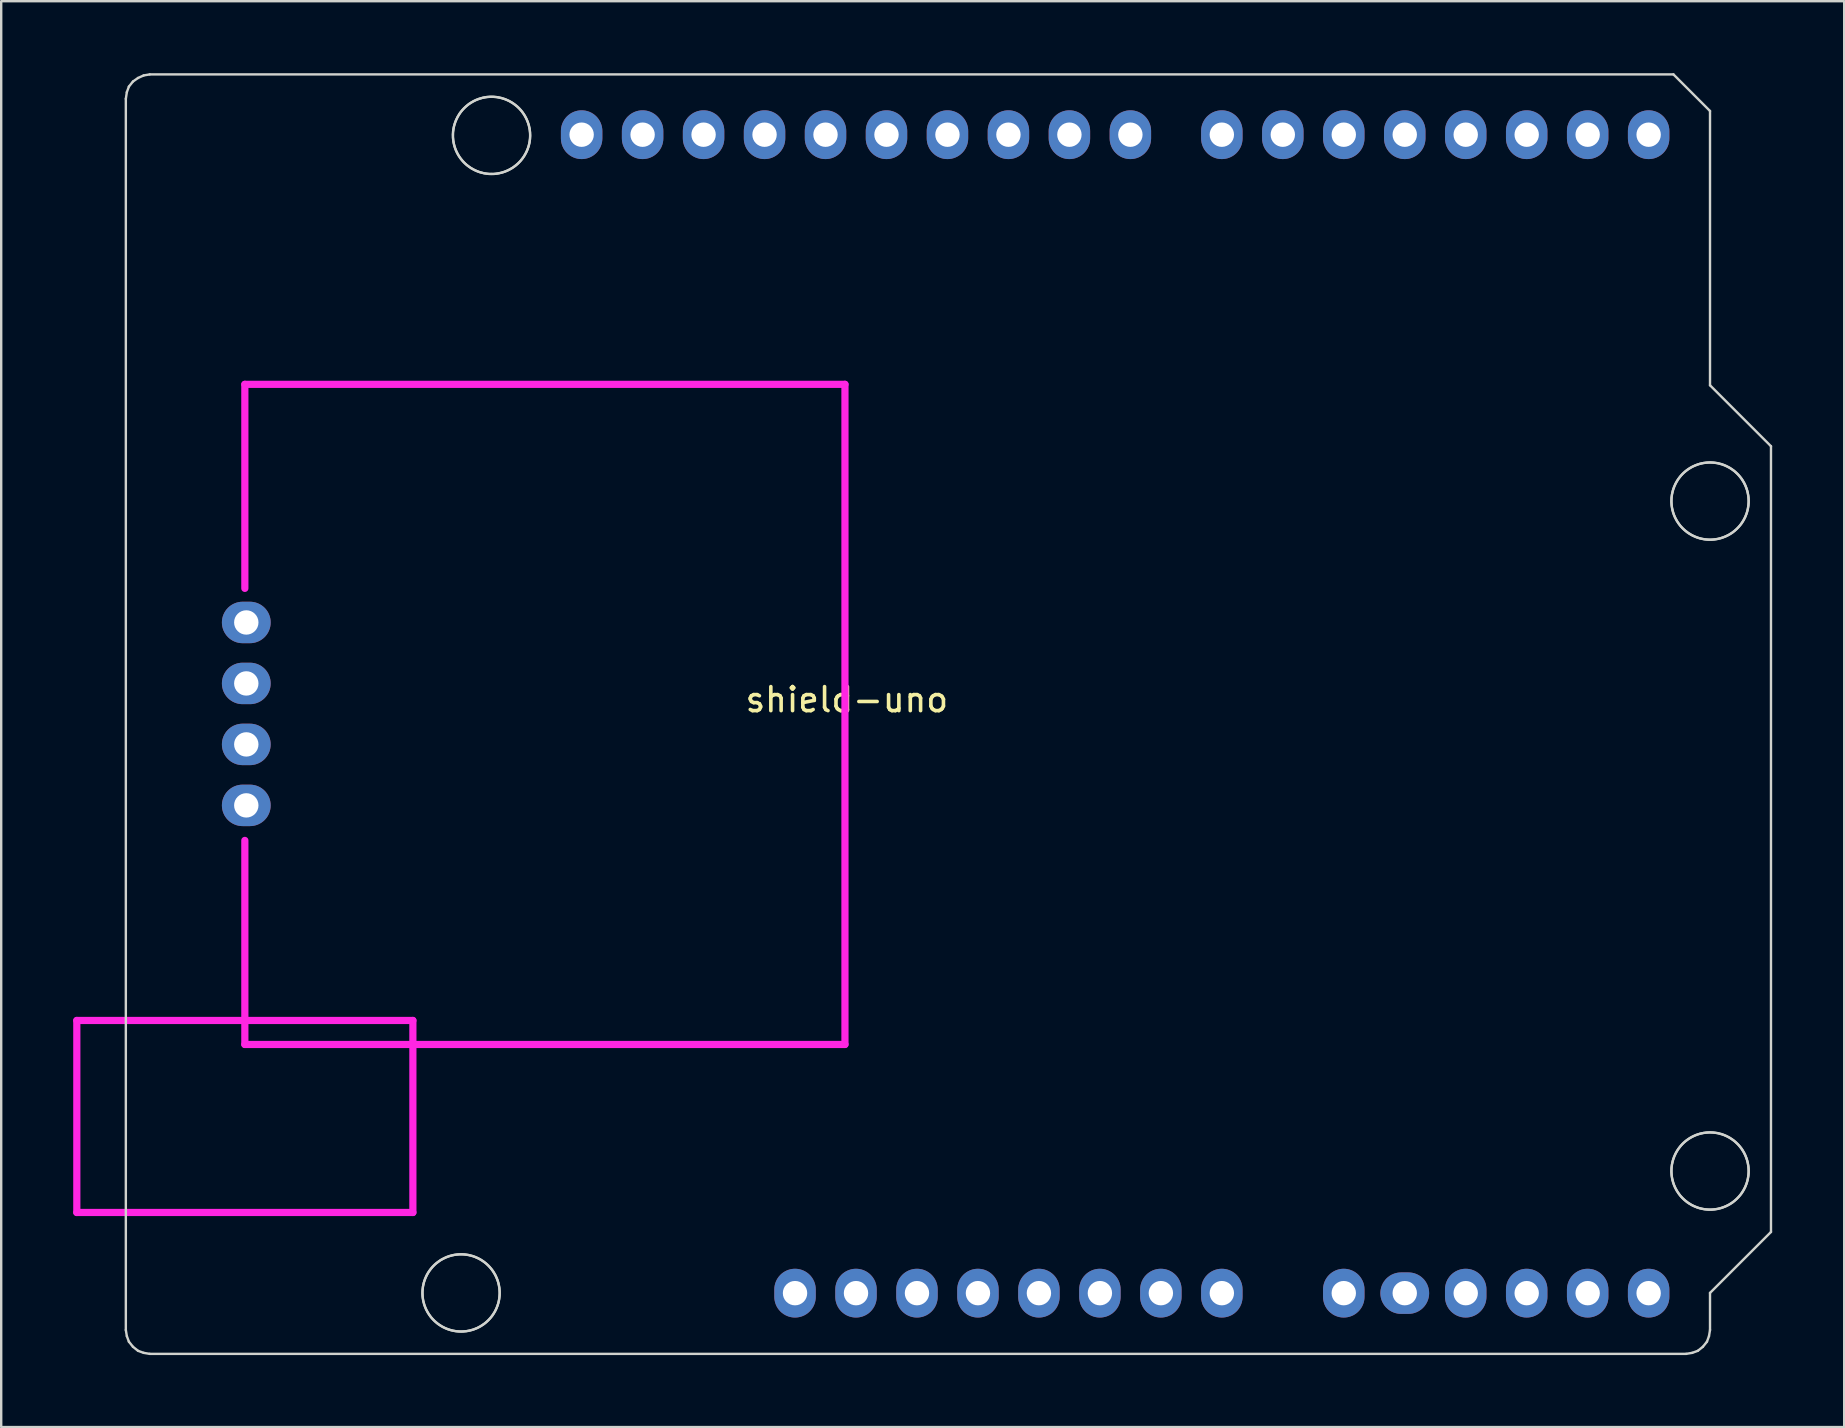
<source format=kicad_pcb>
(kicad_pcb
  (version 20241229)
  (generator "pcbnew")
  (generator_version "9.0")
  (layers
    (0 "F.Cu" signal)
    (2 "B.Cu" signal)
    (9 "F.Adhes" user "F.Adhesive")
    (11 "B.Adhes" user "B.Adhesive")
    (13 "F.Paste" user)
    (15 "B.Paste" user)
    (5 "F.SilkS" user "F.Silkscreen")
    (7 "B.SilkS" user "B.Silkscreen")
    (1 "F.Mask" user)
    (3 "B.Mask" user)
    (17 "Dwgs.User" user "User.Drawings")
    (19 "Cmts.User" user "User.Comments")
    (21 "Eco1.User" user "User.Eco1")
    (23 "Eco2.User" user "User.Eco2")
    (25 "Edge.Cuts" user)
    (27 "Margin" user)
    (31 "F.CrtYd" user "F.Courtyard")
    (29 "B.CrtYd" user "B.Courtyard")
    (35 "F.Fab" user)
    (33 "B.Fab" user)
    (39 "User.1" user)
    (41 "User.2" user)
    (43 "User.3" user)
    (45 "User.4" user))
  (footprint "shield-uno"
    (layer "F.Cu")
    (at 35.15 27.961)
    (property "Reference" "shield-uno" (at -2.921 -1.862 0) (layer "F.SilkS") (effects (font (size 1 1) (thickness 0.15))))
    (attr through_hole)
    (fp_line (start -32.958 -26.895) (end -32.916 -27.17) (stroke (width 0.1) (type solid)) (layer "Edge.Cuts"))
    (fp_line (start -32.958 24.395) (end -32.958 -26.895) (stroke (width 0.1) (type solid)) (layer "Edge.Cuts"))
    (fp_line (start -32.916 -27.17) (end -32.831 -27.403) (stroke (width 0.1) (type solid)) (layer "Edge.Cuts"))
    (fp_line (start -32.916 24.649) (end -32.958 24.395) (stroke (width 0.1) (type solid)) (layer "Edge.Cuts"))
    (fp_line (start -32.831 -27.403) (end -32.662 -27.614) (stroke (width 0.1) (type solid)) (layer "Edge.Cuts"))
    (fp_line (start -32.831 24.881) (end -32.916 24.649) (stroke (width 0.1) (type solid)) (layer "Edge.Cuts"))
    (fp_line (start -32.662 -27.614) (end -32.45 -27.763) (stroke (width 0.1) (type solid)) (layer "Edge.Cuts"))
    (fp_line (start -32.662 25.093) (end -32.831 24.881) (stroke (width 0.1) (type solid)) (layer "Edge.Cuts"))
    (fp_line (start -32.45 -27.763) (end -32.217 -27.868) (stroke (width 0.1) (type solid)) (layer "Edge.Cuts"))
    (fp_line (start -32.45 25.262) (end -32.662 25.093) (stroke (width 0.1) (type solid)) (layer "Edge.Cuts"))
    (fp_line (start -32.217 -27.868) (end -31.964 -27.911) (stroke (width 0.1) (type solid)) (layer "Edge.Cuts"))
    (fp_line (start -32.217 25.347) (end -32.45 25.262) (stroke (width 0.1) (type solid)) (layer "Edge.Cuts"))
    (fp_line (start -31.964 -27.911) (end 31.514 -27.911) (stroke (width 0.1) (type solid)) (layer "Edge.Cuts"))
    (fp_line (start -31.964 25.389) (end -32.217 25.347) (stroke (width 0.1) (type solid)) (layer "Edge.Cuts"))
    (fp_line (start -20.601 22.869) (end -20.599 22.924) (stroke (width 0.1) (type solid)) (layer "Edge.Cuts"))
    (fp_line (start -20.601 22.813) (end -20.601 22.869) (stroke (width 0.1) (type solid)) (layer "Edge.Cuts"))
    (fp_line (start -20.599 22.924) (end -20.596 22.98) (stroke (width 0.1) (type solid)) (layer "Edge.Cuts"))
    (fp_line (start -20.598 22.757) (end -20.601 22.813) (stroke (width 0.1) (type solid)) (layer "Edge.Cuts"))
    (fp_line (start -20.596 22.98) (end -20.59 23.036) (stroke (width 0.1) (type solid)) (layer "Edge.Cuts"))
    (fp_line (start -20.594 22.702) (end -20.598 22.757) (stroke (width 0.1) (type solid)) (layer "Edge.Cuts"))
    (fp_line (start -20.59 23.036) (end -20.583 23.091) (stroke (width 0.1) (type solid)) (layer "Edge.Cuts"))
    (fp_line (start -20.588 22.646) (end -20.594 22.702) (stroke (width 0.1) (type solid)) (layer "Edge.Cuts"))
    (fp_line (start -20.583 23.091) (end -20.574 23.146) (stroke (width 0.1) (type solid)) (layer "Edge.Cuts"))
    (fp_line (start -20.58 22.591) (end -20.588 22.646) (stroke (width 0.1) (type solid)) (layer "Edge.Cuts"))
    (fp_line (start -20.574 23.146) (end -20.563 23.2) (stroke (width 0.1) (type solid)) (layer "Edge.Cuts"))
    (fp_line (start -20.57 22.536) (end -20.58 22.591) (stroke (width 0.1) (type solid)) (layer "Edge.Cuts"))
    (fp_line (start -20.563 23.2) (end -20.549 23.254) (stroke (width 0.1) (type solid)) (layer "Edge.Cuts"))
    (fp_line (start -20.558 22.482) (end -20.57 22.536) (stroke (width 0.1) (type solid)) (layer "Edge.Cuts"))
    (fp_line (start -20.549 23.254) (end -20.535 23.308) (stroke (width 0.1) (type solid)) (layer "Edge.Cuts"))
    (fp_line (start -20.545 22.428) (end -20.558 22.482) (stroke (width 0.1) (type solid)) (layer "Edge.Cuts"))
    (fp_line (start -20.535 23.308) (end -20.518 23.361) (stroke (width 0.1) (type solid)) (layer "Edge.Cuts"))
    (fp_line (start -20.529 22.375) (end -20.545 22.428) (stroke (width 0.1) (type solid)) (layer "Edge.Cuts"))
    (fp_line (start -20.518 23.361) (end -20.499 23.414) (stroke (width 0.1) (type solid)) (layer "Edge.Cuts"))
    (fp_line (start -20.512 22.322) (end -20.529 22.375) (stroke (width 0.1) (type solid)) (layer "Edge.Cuts"))
    (fp_line (start -20.499 23.414) (end -20.479 23.466) (stroke (width 0.1) (type solid)) (layer "Edge.Cuts"))
    (fp_line (start -20.493 22.269) (end -20.512 22.322) (stroke (width 0.1) (type solid)) (layer "Edge.Cuts"))
    (fp_line (start -20.479 23.466) (end -20.456 23.517) (stroke (width 0.1) (type solid)) (layer "Edge.Cuts"))
    (fp_line (start -20.471 22.218) (end -20.493 22.269) (stroke (width 0.1) (type solid)) (layer "Edge.Cuts"))
    (fp_line (start -20.456 23.517) (end -20.433 23.567) (stroke (width 0.1) (type solid)) (layer "Edge.Cuts"))
    (fp_line (start -20.449 22.167) (end -20.471 22.218) (stroke (width 0.1) (type solid)) (layer "Edge.Cuts"))
    (fp_line (start -20.433 23.567) (end -20.407 23.616) (stroke (width 0.1) (type solid)) (layer "Edge.Cuts"))
    (fp_line (start -20.424 22.117) (end -20.449 22.167) (stroke (width 0.1) (type solid)) (layer "Edge.Cuts"))
    (fp_line (start -20.407 23.616) (end -20.379 23.665) (stroke (width 0.1) (type solid)) (layer "Edge.Cuts"))
    (fp_line (start -20.398 22.068) (end -20.424 22.117) (stroke (width 0.1) (type solid)) (layer "Edge.Cuts"))
    (fp_line (start -20.379 23.665) (end -20.35 23.712) (stroke (width 0.1) (type solid)) (layer "Edge.Cuts"))
    (fp_line (start -20.37 22.019) (end -20.398 22.068) (stroke (width 0.1) (type solid)) (layer "Edge.Cuts"))
    (fp_line (start -20.35 23.712) (end -20.32 23.759) (stroke (width 0.1) (type solid)) (layer "Edge.Cuts"))
    (fp_line (start -20.34 21.972) (end -20.37 22.019) (stroke (width 0.1) (type solid)) (layer "Edge.Cuts"))
    (fp_line (start -20.32 23.759) (end -20.287 23.804) (stroke (width 0.1) (type solid)) (layer "Edge.Cuts"))
    (fp_line (start -20.309 21.926) (end -20.34 21.972) (stroke (width 0.1) (type solid)) (layer "Edge.Cuts"))
    (fp_line (start -20.287 23.804) (end -20.254 23.849) (stroke (width 0.1) (type solid)) (layer "Edge.Cuts"))
    (fp_line (start -20.276 21.881) (end -20.309 21.926) (stroke (width 0.1) (type solid)) (layer "Edge.Cuts"))
    (fp_line (start -20.254 23.849) (end -20.218 23.892) (stroke (width 0.1) (type solid)) (layer "Edge.Cuts"))
    (fp_line (start -20.242 21.837) (end -20.276 21.881) (stroke (width 0.1) (type solid)) (layer "Edge.Cuts"))
    (fp_line (start -20.218 23.892) (end -20.181 23.934) (stroke (width 0.1) (type solid)) (layer "Edge.Cuts"))
    (fp_line (start -20.206 21.795) (end -20.242 21.837) (stroke (width 0.1) (type solid)) (layer "Edge.Cuts"))
    (fp_line (start -20.181 23.934) (end -20.143 23.974) (stroke (width 0.1) (type solid)) (layer "Edge.Cuts"))
    (fp_line (start -20.169 21.753) (end -20.206 21.795) (stroke (width 0.1) (type solid)) (layer "Edge.Cuts"))
    (fp_line (start -20.143 23.974) (end -20.104 24.013) (stroke (width 0.1) (type solid)) (layer "Edge.Cuts"))
    (fp_line (start -20.13 21.713) (end -20.169 21.753) (stroke (width 0.1) (type solid)) (layer "Edge.Cuts"))
    (fp_line (start -20.104 24.013) (end -20.063 24.051) (stroke (width 0.1) (type solid)) (layer "Edge.Cuts"))
    (fp_line (start -20.09 21.674) (end -20.13 21.713) (stroke (width 0.1) (type solid)) (layer "Edge.Cuts"))
    (fp_line (start -20.063 24.051) (end -20.02 24.087) (stroke (width 0.1) (type solid)) (layer "Edge.Cuts"))
    (fp_line (start -20.049 21.637) (end -20.09 21.674) (stroke (width 0.1) (type solid)) (layer "Edge.Cuts"))
    (fp_line (start -20.02 24.087) (end -19.977 24.122) (stroke (width 0.1) (type solid)) (layer "Edge.Cuts"))
    (fp_line (start -20.006 21.601) (end -20.049 21.637) (stroke (width 0.1) (type solid)) (layer "Edge.Cuts"))
    (fp_line (start -19.977 24.122) (end -19.932 24.156) (stroke (width 0.1) (type solid)) (layer "Edge.Cuts"))
    (fp_line (start -19.962 21.567) (end -20.006 21.601) (stroke (width 0.1) (type solid)) (layer "Edge.Cuts"))
    (fp_line (start -19.932 24.156) (end -19.886 24.187) (stroke (width 0.1) (type solid)) (layer "Edge.Cuts"))
    (fp_line (start -19.917 21.534) (end -19.962 21.567) (stroke (width 0.1) (type solid)) (layer "Edge.Cuts"))
    (fp_line (start -19.886 24.187) (end -19.84 24.217) (stroke (width 0.1) (type solid)) (layer "Edge.Cuts"))
    (fp_line (start -19.871 21.503) (end -19.917 21.534) (stroke (width 0.1) (type solid)) (layer "Edge.Cuts"))
    (fp_line (start -19.84 24.217) (end -19.792 24.246) (stroke (width 0.1) (type solid)) (layer "Edge.Cuts"))
    (fp_line (start -19.824 21.473) (end -19.871 21.503) (stroke (width 0.1) (type solid)) (layer "Edge.Cuts"))
    (fp_line (start -19.792 24.246) (end -19.743 24.273) (stroke (width 0.1) (type solid)) (layer "Edge.Cuts"))
    (fp_line (start -19.776 21.445) (end -19.824 21.473) (stroke (width 0.1) (type solid)) (layer "Edge.Cuts"))
    (fp_line (start -19.743 24.273) (end -19.693 24.298) (stroke (width 0.1) (type solid)) (layer "Edge.Cuts"))
    (fp_line (start -19.726 21.419) (end -19.776 21.445) (stroke (width 0.1) (type solid)) (layer "Edge.Cuts"))
    (fp_line (start -19.693 24.298) (end -19.643 24.321) (stroke (width 0.1) (type solid)) (layer "Edge.Cuts"))
    (fp_line (start -19.676 21.395) (end -19.726 21.419) (stroke (width 0.1) (type solid)) (layer "Edge.Cuts"))
    (fp_line (start -19.643 24.321) (end -19.591 24.343) (stroke (width 0.1) (type solid)) (layer "Edge.Cuts"))
    (fp_line (start -19.626 21.372) (end -19.676 21.395) (stroke (width 0.1) (type solid)) (layer "Edge.Cuts"))
    (fp_line (start -19.591 24.343) (end -19.539 24.363) (stroke (width 0.1) (type solid)) (layer "Edge.Cuts"))
    (fp_line (start -19.574 21.351) (end -19.626 21.372) (stroke (width 0.1) (type solid)) (layer "Edge.Cuts"))
    (fp_line (start -19.539 24.363) (end -19.486 24.381) (stroke (width 0.1) (type solid)) (layer "Edge.Cuts"))
    (fp_line (start -19.522 21.331) (end -19.574 21.351) (stroke (width 0.1) (type solid)) (layer "Edge.Cuts"))
    (fp_line (start -19.486 24.381) (end -19.433 24.397) (stroke (width 0.1) (type solid)) (layer "Edge.Cuts"))
    (fp_line (start -19.469 21.314) (end -19.522 21.331) (stroke (width 0.1) (type solid)) (layer "Edge.Cuts"))
    (fp_line (start -19.433 24.397) (end -19.379 24.411) (stroke (width 0.1) (type solid)) (layer "Edge.Cuts"))
    (fp_line (start -19.415 21.299) (end -19.469 21.314) (stroke (width 0.1) (type solid)) (layer "Edge.Cuts"))
    (fp_line (start -19.379 24.411) (end -19.325 24.424) (stroke (width 0.1) (type solid)) (layer "Edge.Cuts"))
    (fp_line (start -19.361 21.285) (end -19.415 21.299) (stroke (width 0.1) (type solid)) (layer "Edge.Cuts"))
    (fp_line (start -19.331 -25.353) (end -19.33 -25.297) (stroke (width 0.1) (type solid)) (layer "Edge.Cuts"))
    (fp_line (start -19.331 -25.409) (end -19.331 -25.353) (stroke (width 0.1) (type solid)) (layer "Edge.Cuts"))
    (fp_line (start -19.33 -25.297) (end -19.326 -25.242) (stroke (width 0.1) (type solid)) (layer "Edge.Cuts"))
    (fp_line (start -19.329 -25.464) (end -19.331 -25.409) (stroke (width 0.1) (type solid)) (layer "Edge.Cuts"))
    (fp_line (start -19.326 -25.242) (end -19.321 -25.186) (stroke (width 0.1) (type solid)) (layer "Edge.Cuts"))
    (fp_line (start -19.325 24.424) (end -19.27 24.434) (stroke (width 0.1) (type solid)) (layer "Edge.Cuts"))
    (fp_line (start -19.325 -25.52) (end -19.329 -25.464) (stroke (width 0.1) (type solid)) (layer "Edge.Cuts"))
    (fp_line (start -19.321 -25.186) (end -19.313 -25.131) (stroke (width 0.1) (type solid)) (layer "Edge.Cuts"))
    (fp_line (start -19.319 -25.575) (end -19.325 -25.52) (stroke (width 0.1) (type solid)) (layer "Edge.Cuts"))
    (fp_line (start -19.313 -25.131) (end -19.304 -25.076) (stroke (width 0.1) (type solid)) (layer "Edge.Cuts"))
    (fp_line (start -19.311 -25.63) (end -19.319 -25.575) (stroke (width 0.1) (type solid)) (layer "Edge.Cuts"))
    (fp_line (start -19.307 21.273) (end -19.361 21.285) (stroke (width 0.1) (type solid)) (layer "Edge.Cuts"))
    (fp_line (start -19.304 -25.076) (end -19.293 -25.022) (stroke (width 0.1) (type solid)) (layer "Edge.Cuts"))
    (fp_line (start -19.301 -25.685) (end -19.311 -25.63) (stroke (width 0.1) (type solid)) (layer "Edge.Cuts"))
    (fp_line (start -19.293 -25.022) (end -19.28 -24.967) (stroke (width 0.1) (type solid)) (layer "Edge.Cuts"))
    (fp_line (start -19.289 -25.74) (end -19.301 -25.685) (stroke (width 0.1) (type solid)) (layer "Edge.Cuts"))
    (fp_line (start -19.28 -24.967) (end -19.265 -24.914) (stroke (width 0.1) (type solid)) (layer "Edge.Cuts"))
    (fp_line (start -19.275 -25.794) (end -19.289 -25.74) (stroke (width 0.1) (type solid)) (layer "Edge.Cuts"))
    (fp_line (start -19.27 24.434) (end -19.215 24.443) (stroke (width 0.1) (type solid)) (layer "Edge.Cuts"))
    (fp_line (start -19.265 -24.914) (end -19.248 -24.861) (stroke (width 0.1) (type solid)) (layer "Edge.Cuts"))
    (fp_line (start -19.26 -25.847) (end -19.275 -25.794) (stroke (width 0.1) (type solid)) (layer "Edge.Cuts"))
    (fp_line (start -19.252 21.263) (end -19.307 21.273) (stroke (width 0.1) (type solid)) (layer "Edge.Cuts"))
    (fp_line (start -19.248 -24.861) (end -19.23 -24.808) (stroke (width 0.1) (type solid)) (layer "Edge.Cuts"))
    (fp_line (start -19.242 -25.9) (end -19.26 -25.847) (stroke (width 0.1) (type solid)) (layer "Edge.Cuts"))
    (fp_line (start -19.23 -24.808) (end -19.209 -24.756) (stroke (width 0.1) (type solid)) (layer "Edge.Cuts"))
    (fp_line (start -19.223 -25.953) (end -19.242 -25.9) (stroke (width 0.1) (type solid)) (layer "Edge.Cuts"))
    (fp_line (start -19.215 24.443) (end -19.16 24.45) (stroke (width 0.1) (type solid)) (layer "Edge.Cuts"))
    (fp_line (start -19.209 -24.756) (end -19.187 -24.705) (stroke (width 0.1) (type solid)) (layer "Edge.Cuts"))
    (fp_line (start -19.202 -26.004) (end -19.223 -25.953) (stroke (width 0.1) (type solid)) (layer "Edge.Cuts"))
    (fp_line (start -19.197 21.255) (end -19.252 21.263) (stroke (width 0.1) (type solid)) (layer "Edge.Cuts"))
    (fp_line (start -19.187 -24.705) (end -19.163 -24.655) (stroke (width 0.1) (type solid)) (layer "Edge.Cuts"))
    (fp_line (start -19.179 -26.055) (end -19.202 -26.004) (stroke (width 0.1) (type solid)) (layer "Edge.Cuts"))
    (fp_line (start -19.163 -24.655) (end -19.137 -24.605) (stroke (width 0.1) (type solid)) (layer "Edge.Cuts"))
    (fp_line (start -19.16 24.45) (end -19.104 24.454) (stroke (width 0.1) (type solid)) (layer "Edge.Cuts"))
    (fp_line (start -19.155 -26.105) (end -19.179 -26.055) (stroke (width 0.1) (type solid)) (layer "Edge.Cuts"))
    (fp_line (start -19.141 21.249) (end -19.197 21.255) (stroke (width 0.1) (type solid)) (layer "Edge.Cuts"))
    (fp_line (start -19.137 -24.605) (end -19.11 -24.557) (stroke (width 0.1) (type solid)) (layer "Edge.Cuts"))
    (fp_line (start -19.128 -26.154) (end -19.155 -26.105) (stroke (width 0.1) (type solid)) (layer "Edge.Cuts"))
    (fp_line (start -19.11 -24.557) (end -19.081 -24.509) (stroke (width 0.1) (type solid)) (layer "Edge.Cuts"))
    (fp_line (start -19.104 24.454) (end -19.049 24.457) (stroke (width 0.1) (type solid)) (layer "Edge.Cuts"))
    (fp_line (start -19.1 -26.202) (end -19.128 -26.154) (stroke (width 0.1) (type solid)) (layer "Edge.Cuts"))
    (fp_line (start -19.086 21.245) (end -19.141 21.249) (stroke (width 0.1) (type solid)) (layer "Edge.Cuts"))
    (fp_line (start -19.081 -24.509) (end -19.05 -24.463) (stroke (width 0.1) (type solid)) (layer "Edge.Cuts"))
    (fp_line (start -19.071 -26.25) (end -19.1 -26.202) (stroke (width 0.1) (type solid)) (layer "Edge.Cuts"))
    (fp_line (start -19.05 -24.463) (end -19.018 -24.417) (stroke (width 0.1) (type solid)) (layer "Edge.Cuts"))
    (fp_line (start -19.049 24.457) (end -18.993 24.458) (stroke (width 0.1) (type solid)) (layer "Edge.Cuts"))
    (fp_line (start -19.04 -26.296) (end -19.071 -26.25) (stroke (width 0.1) (type solid)) (layer "Edge.Cuts"))
    (fp_line (start -19.03 21.243) (end -19.086 21.245) (stroke (width 0.1) (type solid)) (layer "Edge.Cuts"))
    (fp_line (start -19.018 -24.417) (end -18.984 -24.373) (stroke (width 0.1) (type solid)) (layer "Edge.Cuts"))
    (fp_line (start -19.007 -26.341) (end -19.04 -26.296) (stroke (width 0.1) (type solid)) (layer "Edge.Cuts"))
    (fp_line (start -18.993 24.458) (end -18.937 24.457) (stroke (width 0.1) (type solid)) (layer "Edge.Cuts"))
    (fp_line (start -18.984 -24.373) (end -18.949 -24.33) (stroke (width 0.1) (type solid)) (layer "Edge.Cuts"))
    (fp_line (start -18.974 21.242) (end -19.03 21.243) (stroke (width 0.1) (type solid)) (layer "Edge.Cuts"))
    (fp_line (start -18.972 -26.385) (end -19.007 -26.341) (stroke (width 0.1) (type solid)) (layer "Edge.Cuts"))
    (fp_line (start -18.949 -24.33) (end -18.912 -24.288) (stroke (width 0.1) (type solid)) (layer "Edge.Cuts"))
    (fp_line (start -18.937 24.457) (end -18.881 24.454) (stroke (width 0.1) (type solid)) (layer "Edge.Cuts"))
    (fp_line (start -18.937 -26.427) (end -18.972 -26.385) (stroke (width 0.1) (type solid)) (layer "Edge.Cuts"))
    (fp_line (start -18.919 21.244) (end -18.974 21.242) (stroke (width 0.1) (type solid)) (layer "Edge.Cuts"))
    (fp_line (start -18.912 -24.288) (end -18.874 -24.248) (stroke (width 0.1) (type solid)) (layer "Edge.Cuts"))
    (fp_line (start -18.899 -26.469) (end -18.937 -26.427) (stroke (width 0.1) (type solid)) (layer "Edge.Cuts"))
    (fp_line (start -18.881 24.454) (end -18.825 24.449) (stroke (width 0.1) (type solid)) (layer "Edge.Cuts"))
    (fp_line (start -18.874 -24.248) (end -18.834 -24.209) (stroke (width 0.1) (type solid)) (layer "Edge.Cuts"))
    (fp_line (start -18.863 21.247) (end -18.919 21.244) (stroke (width 0.1) (type solid)) (layer "Edge.Cuts"))
    (fp_line (start -18.861 -26.509) (end -18.899 -26.469) (stroke (width 0.1) (type solid)) (layer "Edge.Cuts"))
    (fp_line (start -18.834 -24.209) (end -18.793 -24.171) (stroke (width 0.1) (type solid)) (layer "Edge.Cuts"))
    (fp_line (start -18.825 24.449) (end -18.769 24.443) (stroke (width 0.1) (type solid)) (layer "Edge.Cuts"))
    (fp_line (start -18.82 -26.547) (end -18.861 -26.509) (stroke (width 0.1) (type solid)) (layer "Edge.Cuts"))
    (fp_line (start -18.808 21.253) (end -18.863 21.247) (stroke (width 0.1) (type solid)) (layer "Edge.Cuts"))
    (fp_line (start -18.793 -24.171) (end -18.751 -24.134) (stroke (width 0.1) (type solid)) (layer "Edge.Cuts"))
    (fp_line (start -18.779 -26.585) (end -18.82 -26.547) (stroke (width 0.1) (type solid)) (layer "Edge.Cuts"))
    (fp_line (start -18.769 24.443) (end -18.714 24.434) (stroke (width 0.1) (type solid)) (layer "Edge.Cuts"))
    (fp_line (start -18.752 21.26) (end -18.808 21.253) (stroke (width 0.1) (type solid)) (layer "Edge.Cuts"))
    (fp_line (start -18.751 -24.134) (end -18.707 -24.1) (stroke (width 0.1) (type solid)) (layer "Edge.Cuts"))
    (fp_line (start -18.736 -26.621) (end -18.779 -26.585) (stroke (width 0.1) (type solid)) (layer "Edge.Cuts"))
    (fp_line (start -18.714 24.434) (end -18.659 24.423) (stroke (width 0.1) (type solid)) (layer "Edge.Cuts"))
    (fp_line (start -18.707 -24.1) (end -18.663 -24.066) (stroke (width 0.1) (type solid)) (layer "Edge.Cuts"))
    (fp_line (start -18.698 21.269) (end -18.752 21.26) (stroke (width 0.1) (type solid)) (layer "Edge.Cuts"))
    (fp_line (start -18.693 -26.655) (end -18.736 -26.621) (stroke (width 0.1) (type solid)) (layer "Edge.Cuts"))
    (fp_line (start -18.663 -24.066) (end -18.617 -24.035) (stroke (width 0.1) (type solid)) (layer "Edge.Cuts"))
    (fp_line (start -18.659 24.423) (end -18.604 24.411) (stroke (width 0.1) (type solid)) (layer "Edge.Cuts"))
    (fp_line (start -18.648 -26.688) (end -18.693 -26.655) (stroke (width 0.1) (type solid)) (layer "Edge.Cuts"))
    (fp_line (start -18.643 21.281) (end -18.698 21.269) (stroke (width 0.1) (type solid)) (layer "Edge.Cuts"))
    (fp_line (start -18.617 -24.035) (end -18.57 -24.004) (stroke (width 0.1) (type solid)) (layer "Edge.Cuts"))
    (fp_line (start -18.604 24.411) (end -18.55 24.396) (stroke (width 0.1) (type solid)) (layer "Edge.Cuts"))
    (fp_line (start -18.601 -26.719) (end -18.648 -26.688) (stroke (width 0.1) (type solid)) (layer "Edge.Cuts"))
    (fp_line (start -18.589 21.294) (end -18.643 21.281) (stroke (width 0.1) (type solid)) (layer "Edge.Cuts"))
    (fp_line (start -18.57 -24.004) (end -18.522 -23.976) (stroke (width 0.1) (type solid)) (layer "Edge.Cuts"))
    (fp_line (start -18.554 -26.749) (end -18.601 -26.719) (stroke (width 0.1) (type solid)) (layer "Edge.Cuts"))
    (fp_line (start -18.55 24.396) (end -18.496 24.38) (stroke (width 0.1) (type solid)) (layer "Edge.Cuts"))
    (fp_line (start -18.535 21.309) (end -18.589 21.294) (stroke (width 0.1) (type solid)) (layer "Edge.Cuts"))
    (fp_line (start -18.522 -23.976) (end -18.473 -23.949) (stroke (width 0.1) (type solid)) (layer "Edge.Cuts"))
    (fp_line (start -18.506 -26.776) (end -18.554 -26.749) (stroke (width 0.1) (type solid)) (layer "Edge.Cuts"))
    (fp_line (start -18.496 24.38) (end -18.443 24.361) (stroke (width 0.1) (type solid)) (layer "Edge.Cuts"))
    (fp_line (start -18.482 21.325) (end -18.535 21.309) (stroke (width 0.1) (type solid)) (layer "Edge.Cuts"))
    (fp_line (start -18.473 -23.949) (end -18.424 -23.924) (stroke (width 0.1) (type solid)) (layer "Edge.Cuts"))
    (fp_line (start -18.457 -26.803) (end -18.506 -26.776) (stroke (width 0.1) (type solid)) (layer "Edge.Cuts"))
    (fp_line (start -18.443 24.361) (end -18.391 24.341) (stroke (width 0.1) (type solid)) (layer "Edge.Cuts"))
    (fp_line (start -18.429 21.344) (end -18.482 21.325) (stroke (width 0.1) (type solid)) (layer "Edge.Cuts"))
    (fp_line (start -18.424 -23.924) (end -18.373 -23.901) (stroke (width 0.1) (type solid)) (layer "Edge.Cuts"))
    (fp_line (start -18.407 -26.827) (end -18.457 -26.803) (stroke (width 0.1) (type solid)) (layer "Edge.Cuts"))
    (fp_line (start -18.391 24.341) (end -18.339 24.319) (stroke (width 0.1) (type solid)) (layer "Edge.Cuts"))
    (fp_line (start -18.378 21.365) (end -18.429 21.344) (stroke (width 0.1) (type solid)) (layer "Edge.Cuts"))
    (fp_line (start -18.373 -23.901) (end -18.322 -23.879) (stroke (width 0.1) (type solid)) (layer "Edge.Cuts"))
    (fp_line (start -18.356 -26.85) (end -18.407 -26.827) (stroke (width 0.1) (type solid)) (layer "Edge.Cuts"))
    (fp_line (start -18.339 24.319) (end -18.288 24.296) (stroke (width 0.1) (type solid)) (layer "Edge.Cuts"))
    (fp_line (start -18.327 21.387) (end -18.378 21.365) (stroke (width 0.1) (type solid)) (layer "Edge.Cuts"))
    (fp_line (start -18.322 -23.879) (end -18.27 -23.859) (stroke (width 0.1) (type solid)) (layer "Edge.Cuts"))
    (fp_line (start -18.304 -26.871) (end -18.356 -26.85) (stroke (width 0.1) (type solid)) (layer "Edge.Cuts"))
    (fp_line (start -18.288 24.296) (end -18.238 24.27) (stroke (width 0.1) (type solid)) (layer "Edge.Cuts"))
    (fp_line (start -18.276 21.411) (end -18.327 21.387) (stroke (width 0.1) (type solid)) (layer "Edge.Cuts"))
    (fp_line (start -18.27 -23.859) (end -18.217 -23.841) (stroke (width 0.1) (type solid)) (layer "Edge.Cuts"))
    (fp_line (start -18.252 -26.89) (end -18.304 -26.871) (stroke (width 0.1) (type solid)) (layer "Edge.Cuts"))
    (fp_line (start -18.238 24.27) (end -18.189 24.243) (stroke (width 0.1) (type solid)) (layer "Edge.Cuts"))
    (fp_line (start -18.227 21.436) (end -18.276 21.411) (stroke (width 0.1) (type solid)) (layer "Edge.Cuts"))
    (fp_line (start -18.217 -23.841) (end -18.164 -23.825) (stroke (width 0.1) (type solid)) (layer "Edge.Cuts"))
    (fp_line (start -18.199 -26.908) (end -18.252 -26.89) (stroke (width 0.1) (type solid)) (layer "Edge.Cuts"))
    (fp_line (start -18.189 24.243) (end -18.141 24.214) (stroke (width 0.1) (type solid)) (layer "Edge.Cuts"))
    (fp_line (start -18.178 21.464) (end -18.227 21.436) (stroke (width 0.1) (type solid)) (layer "Edge.Cuts"))
    (fp_line (start -18.164 -23.825) (end -18.11 -23.811) (stroke (width 0.1) (type solid)) (layer "Edge.Cuts"))
    (fp_line (start -18.146 -26.923) (end -18.199 -26.908) (stroke (width 0.1) (type solid)) (layer "Edge.Cuts"))
    (fp_line (start -18.141 24.214) (end -18.094 24.183) (stroke (width 0.1) (type solid)) (layer "Edge.Cuts"))
    (fp_line (start -18.131 21.493) (end -18.178 21.464) (stroke (width 0.1) (type solid)) (layer "Edge.Cuts"))
    (fp_line (start -18.11 -23.811) (end -18.055 -23.798) (stroke (width 0.1) (type solid)) (layer "Edge.Cuts"))
    (fp_line (start -18.094 24.183) (end -18.048 24.151) (stroke (width 0.1) (type solid)) (layer "Edge.Cuts"))
    (fp_line (start -18.092 -26.937) (end -18.146 -26.923) (stroke (width 0.1) (type solid)) (layer "Edge.Cuts"))
    (fp_line (start -18.084 21.524) (end -18.131 21.493) (stroke (width 0.1) (type solid)) (layer "Edge.Cuts"))
    (fp_line (start -18.055 -23.798) (end -18.001 -23.788) (stroke (width 0.1) (type solid)) (layer "Edge.Cuts"))
    (fp_line (start -18.048 24.151) (end -18.003 24.117) (stroke (width 0.1) (type solid)) (layer "Edge.Cuts"))
    (fp_line (start -18.039 21.556) (end -18.084 21.524) (stroke (width 0.1) (type solid)) (layer "Edge.Cuts"))
    (fp_line (start -18.037 -26.949) (end -18.092 -26.937) (stroke (width 0.1) (type solid)) (layer "Edge.Cuts"))
    (fp_line (start -18.003 24.117) (end -17.959 24.082) (stroke (width 0.1) (type solid)) (layer "Edge.Cuts"))
    (fp_line (start -18.001 -23.788) (end -17.946 -23.779) (stroke (width 0.1) (type solid)) (layer "Edge.Cuts"))
    (fp_line (start -17.995 21.59) (end -18.039 21.556) (stroke (width 0.1) (type solid)) (layer "Edge.Cuts"))
    (fp_line (start -17.982 -26.959) (end -18.037 -26.949) (stroke (width 0.1) (type solid)) (layer "Edge.Cuts"))
    (fp_line (start -17.959 24.082) (end -17.917 24.045) (stroke (width 0.1) (type solid)) (layer "Edge.Cuts"))
    (fp_line (start -17.951 21.625) (end -17.995 21.59) (stroke (width 0.1) (type solid)) (layer "Edge.Cuts"))
    (fp_line (start -17.946 -23.779) (end -17.89 -23.772) (stroke (width 0.1) (type solid)) (layer "Edge.Cuts"))
    (fp_line (start -17.927 -26.967) (end -17.982 -26.959) (stroke (width 0.1) (type solid)) (layer "Edge.Cuts"))
    (fp_line (start -17.917 24.045) (end -17.876 24.007) (stroke (width 0.1) (type solid)) (layer "Edge.Cuts"))
    (fp_line (start -17.91 21.662) (end -17.951 21.625) (stroke (width 0.1) (type solid)) (layer "Edge.Cuts"))
    (fp_line (start -17.89 -23.772) (end -17.835 -23.767) (stroke (width 0.1) (type solid)) (layer "Edge.Cuts"))
    (fp_line (start -17.876 24.007) (end -17.836 23.967) (stroke (width 0.1) (type solid)) (layer "Edge.Cuts"))
    (fp_line (start -17.872 -26.973) (end -17.927 -26.967) (stroke (width 0.1) (type solid)) (layer "Edge.Cuts"))
    (fp_line (start -17.869 21.7) (end -17.91 21.662) (stroke (width 0.1) (type solid)) (layer "Edge.Cuts"))
    (fp_line (start -17.836 23.967) (end -17.798 23.926) (stroke (width 0.1) (type solid)) (layer "Edge.Cuts"))
    (fp_line (start -17.835 -23.767) (end -17.779 -23.764) (stroke (width 0.1) (type solid)) (layer "Edge.Cuts"))
    (fp_line (start -17.83 21.74) (end -17.869 21.7) (stroke (width 0.1) (type solid)) (layer "Edge.Cuts"))
    (fp_line (start -17.816 -26.977) (end -17.872 -26.973) (stroke (width 0.1) (type solid)) (layer "Edge.Cuts"))
    (fp_line (start -17.798 23.926) (end -17.761 23.884) (stroke (width 0.1) (type solid)) (layer "Edge.Cuts"))
    (fp_line (start -17.792 21.781) (end -17.83 21.74) (stroke (width 0.1) (type solid)) (layer "Edge.Cuts"))
    (fp_line (start -17.779 -23.764) (end -17.723 -23.764) (stroke (width 0.1) (type solid)) (layer "Edge.Cuts"))
    (fp_line (start -17.761 23.884) (end -17.726 23.84) (stroke (width 0.1) (type solid)) (layer "Edge.Cuts"))
    (fp_line (start -17.761 -26.979) (end -17.816 -26.977) (stroke (width 0.1) (type solid)) (layer "Edge.Cuts"))
    (fp_line (start -17.756 21.823) (end -17.792 21.781) (stroke (width 0.1) (type solid)) (layer "Edge.Cuts"))
    (fp_line (start -17.726 23.84) (end -17.692 23.795) (stroke (width 0.1) (type solid)) (layer "Edge.Cuts"))
    (fp_line (start -17.723 -23.764) (end -17.667 -23.764) (stroke (width 0.1) (type solid)) (layer "Edge.Cuts"))
    (fp_line (start -17.721 21.866) (end -17.756 21.823) (stroke (width 0.1) (type solid)) (layer "Edge.Cuts"))
    (fp_line (start -17.705 -26.98) (end -17.761 -26.979) (stroke (width 0.1) (type solid)) (layer "Edge.Cuts"))
    (fp_line (start -17.692 23.795) (end -17.66 23.749) (stroke (width 0.1) (type solid)) (layer "Edge.Cuts"))
    (fp_line (start -17.688 21.911) (end -17.721 21.866) (stroke (width 0.1) (type solid)) (layer "Edge.Cuts"))
    (fp_line (start -17.667 -23.764) (end -17.611 -23.767) (stroke (width 0.1) (type solid)) (layer "Edge.Cuts"))
    (fp_line (start -17.66 23.749) (end -17.629 23.702) (stroke (width 0.1) (type solid)) (layer "Edge.Cuts"))
    (fp_line (start -17.656 21.957) (end -17.688 21.911) (stroke (width 0.1) (type solid)) (layer "Edge.Cuts"))
    (fp_line (start -17.649 -26.978) (end -17.705 -26.98) (stroke (width 0.1) (type solid)) (layer "Edge.Cuts"))
    (fp_line (start -17.629 23.702) (end -17.6 23.654) (stroke (width 0.1) (type solid)) (layer "Edge.Cuts"))
    (fp_line (start -17.626 22.004) (end -17.656 21.957) (stroke (width 0.1) (type solid)) (layer "Edge.Cuts"))
    (fp_line (start -17.611 -23.767) (end -17.555 -23.772) (stroke (width 0.1) (type solid)) (layer "Edge.Cuts"))
    (fp_line (start -17.6 23.654) (end -17.573 23.605) (stroke (width 0.1) (type solid)) (layer "Edge.Cuts"))
    (fp_line (start -17.597 22.052) (end -17.626 22.004) (stroke (width 0.1) (type solid)) (layer "Edge.Cuts"))
    (fp_line (start -17.594 -26.974) (end -17.649 -26.978) (stroke (width 0.1) (type solid)) (layer "Edge.Cuts"))
    (fp_line (start -17.573 23.605) (end -17.548 23.555) (stroke (width 0.1) (type solid)) (layer "Edge.Cuts"))
    (fp_line (start -17.57 22.1) (end -17.597 22.052) (stroke (width 0.1) (type solid)) (layer "Edge.Cuts"))
    (fp_line (start -17.555 -23.772) (end -17.5 -23.779) (stroke (width 0.1) (type solid)) (layer "Edge.Cuts"))
    (fp_line (start -17.548 23.555) (end -17.524 23.504) (stroke (width 0.1) (type solid)) (layer "Edge.Cuts"))
    (fp_line (start -17.545 22.15) (end -17.57 22.1) (stroke (width 0.1) (type solid)) (layer "Edge.Cuts"))
    (fp_line (start -17.538 -26.969) (end -17.594 -26.974) (stroke (width 0.1) (type solid)) (layer "Edge.Cuts"))
    (fp_line (start -17.524 23.504) (end -17.502 23.453) (stroke (width 0.1) (type solid)) (layer "Edge.Cuts"))
    (fp_line (start -17.522 22.201) (end -17.545 22.15) (stroke (width 0.1) (type solid)) (layer "Edge.Cuts"))
    (fp_line (start -17.502 23.453) (end -17.482 23.4) (stroke (width 0.1) (type solid)) (layer "Edge.Cuts"))
    (fp_line (start -17.5 22.252) (end -17.522 22.201) (stroke (width 0.1) (type solid)) (layer "Edge.Cuts"))
    (fp_line (start -17.5 -23.779) (end -17.444 -23.788) (stroke (width 0.1) (type solid)) (layer "Edge.Cuts"))
    (fp_line (start -17.483 -26.962) (end -17.538 -26.969) (stroke (width 0.1) (type solid)) (layer "Edge.Cuts"))
    (fp_line (start -17.482 23.4) (end -17.464 23.347) (stroke (width 0.1) (type solid)) (layer "Edge.Cuts"))
    (fp_line (start -17.48 22.304) (end -17.5 22.252) (stroke (width 0.1) (type solid)) (layer "Edge.Cuts"))
    (fp_line (start -17.464 23.347) (end -17.447 23.293) (stroke (width 0.1) (type solid)) (layer "Edge.Cuts"))
    (fp_line (start -17.462 22.357) (end -17.48 22.304) (stroke (width 0.1) (type solid)) (layer "Edge.Cuts"))
    (fp_line (start -17.447 23.293) (end -17.433 23.239) (stroke (width 0.1) (type solid)) (layer "Edge.Cuts"))
    (fp_line (start -17.446 22.41) (end -17.462 22.357) (stroke (width 0.1) (type solid)) (layer "Edge.Cuts"))
    (fp_line (start -17.444 -23.788) (end -17.389 -23.799) (stroke (width 0.1) (type solid)) (layer "Edge.Cuts"))
    (fp_line (start -17.433 23.239) (end -17.42 23.185) (stroke (width 0.1) (type solid)) (layer "Edge.Cuts"))
    (fp_line (start -17.432 22.464) (end -17.446 22.41) (stroke (width 0.1) (type solid)) (layer "Edge.Cuts"))
    (fp_line (start -17.428 -26.952) (end -17.483 -26.962) (stroke (width 0.1) (type solid)) (layer "Edge.Cuts"))
    (fp_line (start -17.42 23.185) (end -17.409 23.129) (stroke (width 0.1) (type solid)) (layer "Edge.Cuts"))
    (fp_line (start -17.42 22.518) (end -17.432 22.464) (stroke (width 0.1) (type solid)) (layer "Edge.Cuts"))
    (fp_line (start -17.409 23.129) (end -17.401 23.074) (stroke (width 0.1) (type solid)) (layer "Edge.Cuts"))
    (fp_line (start -17.409 22.573) (end -17.42 22.518) (stroke (width 0.1) (type solid)) (layer "Edge.Cuts"))
    (fp_line (start -17.401 23.074) (end -17.394 23.018) (stroke (width 0.1) (type solid)) (layer "Edge.Cuts"))
    (fp_line (start -17.4 22.628) (end -17.409 22.573) (stroke (width 0.1) (type solid)) (layer "Edge.Cuts"))
    (fp_line (start -17.394 23.018) (end -17.389 22.962) (stroke (width 0.1) (type solid)) (layer "Edge.Cuts"))
    (fp_line (start -17.394 22.683) (end -17.4 22.628) (stroke (width 0.1) (type solid)) (layer "Edge.Cuts"))
    (fp_line (start -17.389 -23.799) (end -17.334 -23.811) (stroke (width 0.1) (type solid)) (layer "Edge.Cuts"))
    (fp_line (start -17.389 22.962) (end -17.386 22.906) (stroke (width 0.1) (type solid)) (layer "Edge.Cuts"))
    (fp_line (start -17.389 22.739) (end -17.394 22.683) (stroke (width 0.1) (type solid)) (layer "Edge.Cuts"))
    (fp_line (start -17.386 22.906) (end -17.385 22.85) (stroke (width 0.1) (type solid)) (layer "Edge.Cuts"))
    (fp_line (start -17.386 22.794) (end -17.389 22.739) (stroke (width 0.1) (type solid)) (layer "Edge.Cuts"))
    (fp_line (start -17.385 22.85) (end -17.386 22.794) (stroke (width 0.1) (type solid)) (layer "Edge.Cuts"))
    (fp_line (start -17.373 -26.941) (end -17.428 -26.952) (stroke (width 0.1) (type solid)) (layer "Edge.Cuts"))
    (fp_line (start -17.334 -23.811) (end -17.28 -23.826) (stroke (width 0.1) (type solid)) (layer "Edge.Cuts"))
    (fp_line (start -17.319 -26.928) (end -17.373 -26.941) (stroke (width 0.1) (type solid)) (layer "Edge.Cuts"))
    (fp_line (start -17.28 -23.826) (end -17.227 -23.842) (stroke (width 0.1) (type solid)) (layer "Edge.Cuts"))
    (fp_line (start -17.266 -26.913) (end -17.319 -26.928) (stroke (width 0.1) (type solid)) (layer "Edge.Cuts"))
    (fp_line (start -17.227 -23.842) (end -17.173 -23.86) (stroke (width 0.1) (type solid)) (layer "Edge.Cuts"))
    (fp_line (start -17.212 -26.896) (end -17.266 -26.913) (stroke (width 0.1) (type solid)) (layer "Edge.Cuts"))
    (fp_line (start -17.173 -23.86) (end -17.121 -23.881) (stroke (width 0.1) (type solid)) (layer "Edge.Cuts"))
    (fp_line (start -17.16 -26.878) (end -17.212 -26.896) (stroke (width 0.1) (type solid)) (layer "Edge.Cuts"))
    (fp_line (start -17.121 -23.881) (end -17.069 -23.903) (stroke (width 0.1) (type solid)) (layer "Edge.Cuts"))
    (fp_line (start -17.108 -26.857) (end -17.16 -26.878) (stroke (width 0.1) (type solid)) (layer "Edge.Cuts"))
    (fp_line (start -17.069 -23.903) (end -17.019 -23.926) (stroke (width 0.1) (type solid)) (layer "Edge.Cuts"))
    (fp_line (start -17.057 -26.835) (end -17.108 -26.857) (stroke (width 0.1) (type solid)) (layer "Edge.Cuts"))
    (fp_line (start -17.019 -23.926) (end -16.968 -23.952) (stroke (width 0.1) (type solid)) (layer "Edge.Cuts"))
    (fp_line (start -17.007 -26.811) (end -17.057 -26.835) (stroke (width 0.1) (type solid)) (layer "Edge.Cuts"))
    (fp_line (start -16.968 -23.952) (end -16.919 -23.979) (stroke (width 0.1) (type solid)) (layer "Edge.Cuts"))
    (fp_line (start -16.957 -26.785) (end -17.007 -26.811) (stroke (width 0.1) (type solid)) (layer "Edge.Cuts"))
    (fp_line (start -16.919 -23.979) (end -16.871 -24.008) (stroke (width 0.1) (type solid)) (layer "Edge.Cuts"))
    (fp_line (start -16.909 -26.758) (end -16.957 -26.785) (stroke (width 0.1) (type solid)) (layer "Edge.Cuts"))
    (fp_line (start -16.871 -24.008) (end -16.824 -24.038) (stroke (width 0.1) (type solid)) (layer "Edge.Cuts"))
    (fp_line (start -16.861 -26.729) (end -16.909 -26.758) (stroke (width 0.1) (type solid)) (layer "Edge.Cuts"))
    (fp_line (start -16.824 -24.038) (end -16.778 -24.071) (stroke (width 0.1) (type solid)) (layer "Edge.Cuts"))
    (fp_line (start -16.815 -26.698) (end -16.861 -26.729) (stroke (width 0.1) (type solid)) (layer "Edge.Cuts"))
    (fp_line (start -16.778 -24.071) (end -16.733 -24.104) (stroke (width 0.1) (type solid)) (layer "Edge.Cuts"))
    (fp_line (start -16.769 -26.666) (end -16.815 -26.698) (stroke (width 0.1) (type solid)) (layer "Edge.Cuts"))
    (fp_line (start -16.733 -24.104) (end -16.69 -24.14) (stroke (width 0.1) (type solid)) (layer "Edge.Cuts"))
    (fp_line (start -16.725 -26.632) (end -16.769 -26.666) (stroke (width 0.1) (type solid)) (layer "Edge.Cuts"))
    (fp_line (start -16.69 -24.14) (end -16.647 -24.177) (stroke (width 0.1) (type solid)) (layer "Edge.Cuts"))
    (fp_line (start -16.682 -26.597) (end -16.725 -26.632) (stroke (width 0.1) (type solid)) (layer "Edge.Cuts"))
    (fp_line (start -16.647 -24.177) (end -16.606 -24.215) (stroke (width 0.1) (type solid)) (layer "Edge.Cuts"))
    (fp_line (start -16.64 -26.56) (end -16.682 -26.597) (stroke (width 0.1) (type solid)) (layer "Edge.Cuts"))
    (fp_line (start -16.606 -24.215) (end -16.567 -24.255) (stroke (width 0.1) (type solid)) (layer "Edge.Cuts"))
    (fp_line (start -16.6 -26.522) (end -16.64 -26.56) (stroke (width 0.1) (type solid)) (layer "Edge.Cuts"))
    (fp_line (start -16.567 -24.255) (end -16.528 -24.296) (stroke (width 0.1) (type solid)) (layer "Edge.Cuts"))
    (fp_line (start -16.56 -26.482) (end -16.6 -26.522) (stroke (width 0.1) (type solid)) (layer "Edge.Cuts"))
    (fp_line (start -16.528 -24.296) (end -16.492 -24.338) (stroke (width 0.1) (type solid)) (layer "Edge.Cuts"))
    (fp_line (start -16.523 -26.441) (end -16.56 -26.482) (stroke (width 0.1) (type solid)) (layer "Edge.Cuts"))
    (fp_line (start -16.492 -24.338) (end -16.456 -24.382) (stroke (width 0.1) (type solid)) (layer "Edge.Cuts"))
    (fp_line (start -16.486 -26.399) (end -16.523 -26.441) (stroke (width 0.1) (type solid)) (layer "Edge.Cuts"))
    (fp_line (start -16.456 -24.382) (end -16.422 -24.426) (stroke (width 0.1) (type solid)) (layer "Edge.Cuts"))
    (fp_line (start -16.451 -26.355) (end -16.486 -26.399) (stroke (width 0.1) (type solid)) (layer "Edge.Cuts"))
    (fp_line (start -16.422 -24.426) (end -16.39 -24.472) (stroke (width 0.1) (type solid)) (layer "Edge.Cuts"))
    (fp_line (start -16.418 -26.311) (end -16.451 -26.355) (stroke (width 0.1) (type solid)) (layer "Edge.Cuts"))
    (fp_line (start -16.39 -24.472) (end -16.36 -24.519) (stroke (width 0.1) (type solid)) (layer "Edge.Cuts"))
    (fp_line (start -16.386 -26.265) (end -16.418 -26.311) (stroke (width 0.1) (type solid)) (layer "Edge.Cuts"))
    (fp_line (start -16.36 -24.519) (end -16.331 -24.568) (stroke (width 0.1) (type solid)) (layer "Edge.Cuts"))
    (fp_line (start -16.356 -26.218) (end -16.386 -26.265) (stroke (width 0.1) (type solid)) (layer "Edge.Cuts"))
    (fp_line (start -16.331 -24.568) (end -16.304 -24.617) (stroke (width 0.1) (type solid)) (layer "Edge.Cuts"))
    (fp_line (start -16.328 -26.17) (end -16.356 -26.218) (stroke (width 0.1) (type solid)) (layer "Edge.Cuts"))
    (fp_line (start -16.304 -24.617) (end -16.278 -24.667) (stroke (width 0.1) (type solid)) (layer "Edge.Cuts"))
    (fp_line (start -16.301 -26.121) (end -16.328 -26.17) (stroke (width 0.1) (type solid)) (layer "Edge.Cuts"))
    (fp_line (start -16.278 -24.667) (end -16.254 -24.718) (stroke (width 0.1) (type solid)) (layer "Edge.Cuts"))
    (fp_line (start -16.276 -26.072) (end -16.301 -26.121) (stroke (width 0.1) (type solid)) (layer "Edge.Cuts"))
    (fp_line (start -16.254 -24.718) (end -16.232 -24.769) (stroke (width 0.1) (type solid)) (layer "Edge.Cuts"))
    (fp_line (start -16.252 -26.021) (end -16.276 -26.072) (stroke (width 0.1) (type solid)) (layer "Edge.Cuts"))
    (fp_line (start -16.232 -24.769) (end -16.212 -24.822) (stroke (width 0.1) (type solid)) (layer "Edge.Cuts"))
    (fp_line (start -16.231 -25.97) (end -16.252 -26.021) (stroke (width 0.1) (type solid)) (layer "Edge.Cuts"))
    (fp_line (start -16.212 -24.822) (end -16.194 -24.875) (stroke (width 0.1) (type solid)) (layer "Edge.Cuts"))
    (fp_line (start -16.211 -25.918) (end -16.231 -25.97) (stroke (width 0.1) (type solid)) (layer "Edge.Cuts"))
    (fp_line (start -16.194 -24.875) (end -16.178 -24.928) (stroke (width 0.1) (type solid)) (layer "Edge.Cuts"))
    (fp_line (start -16.193 -25.865) (end -16.211 -25.918) (stroke (width 0.1) (type solid)) (layer "Edge.Cuts"))
    (fp_line (start -16.178 -24.928) (end -16.163 -24.983) (stroke (width 0.1) (type solid)) (layer "Edge.Cuts"))
    (fp_line (start -16.177 -25.812) (end -16.193 -25.865) (stroke (width 0.1) (type solid)) (layer "Edge.Cuts"))
    (fp_line (start -16.163 -24.983) (end -16.15 -25.037) (stroke (width 0.1) (type solid)) (layer "Edge.Cuts"))
    (fp_line (start -16.162 -25.758) (end -16.177 -25.812) (stroke (width 0.1) (type solid)) (layer "Edge.Cuts"))
    (fp_line (start -16.15 -25.037) (end -16.14 -25.092) (stroke (width 0.1) (type solid)) (layer "Edge.Cuts"))
    (fp_line (start -16.15 -25.704) (end -16.162 -25.758) (stroke (width 0.1) (type solid)) (layer "Edge.Cuts"))
    (fp_line (start -16.14 -25.092) (end -16.131 -25.148) (stroke (width 0.1) (type solid)) (layer "Edge.Cuts"))
    (fp_line (start -16.139 -25.649) (end -16.15 -25.704) (stroke (width 0.1) (type solid)) (layer "Edge.Cuts"))
    (fp_line (start -16.131 -25.148) (end -16.124 -25.204) (stroke (width 0.1) (type solid)) (layer "Edge.Cuts"))
    (fp_line (start -16.131 -25.594) (end -16.139 -25.649) (stroke (width 0.1) (type solid)) (layer "Edge.Cuts"))
    (fp_line (start -16.124 -25.204) (end -16.119 -25.259) (stroke (width 0.1) (type solid)) (layer "Edge.Cuts"))
    (fp_line (start -16.124 -25.538) (end -16.131 -25.594) (stroke (width 0.1) (type solid)) (layer "Edge.Cuts"))
    (fp_line (start -16.119 -25.259) (end -16.116 -25.315) (stroke (width 0.1) (type solid)) (layer "Edge.Cuts"))
    (fp_line (start -16.119 -25.483) (end -16.124 -25.538) (stroke (width 0.1) (type solid)) (layer "Edge.Cuts"))
    (fp_line (start -16.116 -25.315) (end -16.115 -25.372) (stroke (width 0.1) (type solid)) (layer "Edge.Cuts"))
    (fp_line (start -16.116 -25.427) (end -16.119 -25.483) (stroke (width 0.1) (type solid)) (layer "Edge.Cuts"))
    (fp_line (start -16.115 -25.372) (end -16.116 -25.427) (stroke (width 0.1) (type solid)) (layer "Edge.Cuts"))
    (fp_line (start 31.429 -10.118) (end 31.431 -10.063) (stroke (width 0.1) (type solid)) (layer "Edge.Cuts"))
    (fp_line (start 31.429 17.791) (end 31.431 17.846) (stroke (width 0.1) (type solid)) (layer "Edge.Cuts"))
    (fp_line (start 31.43 -10.174) (end 31.429 -10.118) (stroke (width 0.1) (type solid)) (layer "Edge.Cuts"))
    (fp_line (start 31.43 17.735) (end 31.429 17.791) (stroke (width 0.1) (type solid)) (layer "Edge.Cuts"))
    (fp_line (start 31.431 -10.063) (end 31.435 -10.007) (stroke (width 0.1) (type solid)) (layer "Edge.Cuts"))
    (fp_line (start 31.431 17.846) (end 31.435 17.902) (stroke (width 0.1) (type solid)) (layer "Edge.Cuts"))
    (fp_line (start 31.432 -10.23) (end 31.43 -10.174) (stroke (width 0.1) (type solid)) (layer "Edge.Cuts"))
    (fp_line (start 31.432 17.679) (end 31.43 17.735) (stroke (width 0.1) (type solid)) (layer "Edge.Cuts"))
    (fp_line (start 31.435 -10.007) (end 31.44 -9.952) (stroke (width 0.1) (type solid)) (layer "Edge.Cuts"))
    (fp_line (start 31.435 17.902) (end 31.44 17.957) (stroke (width 0.1) (type solid)) (layer "Edge.Cuts"))
    (fp_line (start 31.436 -10.285) (end 31.432 -10.23) (stroke (width 0.1) (type solid)) (layer "Edge.Cuts"))
    (fp_line (start 31.436 17.624) (end 31.432 17.679) (stroke (width 0.1) (type solid)) (layer "Edge.Cuts"))
    (fp_line (start 31.44 -9.952) (end 31.447 -9.896) (stroke (width 0.1) (type solid)) (layer "Edge.Cuts"))
    (fp_line (start 31.44 17.957) (end 31.447 18.013) (stroke (width 0.1) (type solid)) (layer "Edge.Cuts"))
    (fp_line (start 31.442 -10.341) (end 31.436 -10.285) (stroke (width 0.1) (type solid)) (layer "Edge.Cuts"))
    (fp_line (start 31.442 17.568) (end 31.436 17.624) (stroke (width 0.1) (type solid)) (layer "Edge.Cuts"))
    (fp_line (start 31.447 -9.896) (end 31.457 -9.841) (stroke (width 0.1) (type solid)) (layer "Edge.Cuts"))
    (fp_line (start 31.447 18.013) (end 31.457 18.067) (stroke (width 0.1) (type solid)) (layer "Edge.Cuts"))
    (fp_line (start 31.45 -10.396) (end 31.442 -10.341) (stroke (width 0.1) (type solid)) (layer "Edge.Cuts"))
    (fp_line (start 31.45 17.513) (end 31.442 17.568) (stroke (width 0.1) (type solid)) (layer "Edge.Cuts"))
    (fp_line (start 31.457 -9.841) (end 31.468 -9.787) (stroke (width 0.1) (type solid)) (layer "Edge.Cuts"))
    (fp_line (start 31.457 18.067) (end 31.468 18.122) (stroke (width 0.1) (type solid)) (layer "Edge.Cuts"))
    (fp_line (start 31.46 -10.451) (end 31.45 -10.396) (stroke (width 0.1) (type solid)) (layer "Edge.Cuts"))
    (fp_line (start 31.46 17.458) (end 31.45 17.513) (stroke (width 0.1) (type solid)) (layer "Edge.Cuts"))
    (fp_line (start 31.468 -9.787) (end 31.481 -9.733) (stroke (width 0.1) (type solid)) (layer "Edge.Cuts"))
    (fp_line (start 31.468 18.122) (end 31.481 18.176) (stroke (width 0.1) (type solid)) (layer "Edge.Cuts"))
    (fp_line (start 31.472 -10.505) (end 31.46 -10.451) (stroke (width 0.1) (type solid)) (layer "Edge.Cuts"))
    (fp_line (start 31.472 17.404) (end 31.46 17.458) (stroke (width 0.1) (type solid)) (layer "Edge.Cuts"))
    (fp_line (start 31.481 -9.733) (end 31.496 -9.679) (stroke (width 0.1) (type solid)) (layer "Edge.Cuts"))
    (fp_line (start 31.481 18.176) (end 31.496 18.23) (stroke (width 0.1) (type solid)) (layer "Edge.Cuts"))
    (fp_line (start 31.486 -10.559) (end 31.472 -10.505) (stroke (width 0.1) (type solid)) (layer "Edge.Cuts"))
    (fp_line (start 31.486 17.35) (end 31.472 17.404) (stroke (width 0.1) (type solid)) (layer "Edge.Cuts"))
    (fp_line (start 31.496 -9.679) (end 31.513 -9.626) (stroke (width 0.1) (type solid)) (layer "Edge.Cuts"))
    (fp_line (start 31.496 18.23) (end 31.513 18.283) (stroke (width 0.1) (type solid)) (layer "Edge.Cuts"))
    (fp_line (start 31.501 -10.613) (end 31.486 -10.559) (stroke (width 0.1) (type solid)) (layer "Edge.Cuts"))
    (fp_line (start 31.501 17.296) (end 31.486 17.35) (stroke (width 0.1) (type solid)) (layer "Edge.Cuts"))
    (fp_line (start 31.513 -9.626) (end 31.531 -9.573) (stroke (width 0.1) (type solid)) (layer "Edge.Cuts"))
    (fp_line (start 31.513 18.283) (end 31.531 18.336) (stroke (width 0.1) (type solid)) (layer "Edge.Cuts"))
    (fp_line (start 31.514 -27.911) (end 33.037 -26.387) (stroke (width 0.1) (type solid)) (layer "Edge.Cuts"))
    (fp_line (start 31.519 -10.666) (end 31.501 -10.613) (stroke (width 0.1) (type solid)) (layer "Edge.Cuts"))
    (fp_line (start 31.519 17.243) (end 31.501 17.296) (stroke (width 0.1) (type solid)) (layer "Edge.Cuts"))
    (fp_line (start 31.531 -9.573) (end 31.552 -9.522) (stroke (width 0.1) (type solid)) (layer "Edge.Cuts"))
    (fp_line (start 31.531 18.336) (end 31.552 18.387) (stroke (width 0.1) (type solid)) (layer "Edge.Cuts"))
    (fp_line (start 31.538 -10.718) (end 31.519 -10.666) (stroke (width 0.1) (type solid)) (layer "Edge.Cuts"))
    (fp_line (start 31.538 17.191) (end 31.519 17.243) (stroke (width 0.1) (type solid)) (layer "Edge.Cuts"))
    (fp_line (start 31.552 -9.522) (end 31.574 -9.47) (stroke (width 0.1) (type solid)) (layer "Edge.Cuts"))
    (fp_line (start 31.552 18.387) (end 31.574 18.438) (stroke (width 0.1) (type solid)) (layer "Edge.Cuts"))
    (fp_line (start 31.559 -10.769) (end 31.538 -10.718) (stroke (width 0.1) (type solid)) (layer "Edge.Cuts"))
    (fp_line (start 31.559 17.139) (end 31.538 17.191) (stroke (width 0.1) (type solid)) (layer "Edge.Cuts"))
    (fp_line (start 31.574 -9.47) (end 31.598 -9.42) (stroke (width 0.1) (type solid)) (layer "Edge.Cuts"))
    (fp_line (start 31.574 18.438) (end 31.598 18.489) (stroke (width 0.1) (type solid)) (layer "Edge.Cuts"))
    (fp_line (start 31.582 -10.82) (end 31.559 -10.769) (stroke (width 0.1) (type solid)) (layer "Edge.Cuts"))
    (fp_line (start 31.582 17.089) (end 31.559 17.139) (stroke (width 0.1) (type solid)) (layer "Edge.Cuts"))
    (fp_line (start 31.598 -9.42) (end 31.624 -9.371) (stroke (width 0.1) (type solid)) (layer "Edge.Cuts"))
    (fp_line (start 31.598 18.489) (end 31.624 18.538) (stroke (width 0.1) (type solid)) (layer "Edge.Cuts"))
    (fp_line (start 31.606 -10.87) (end 31.582 -10.82) (stroke (width 0.1) (type solid)) (layer "Edge.Cuts"))
    (fp_line (start 31.606 17.039) (end 31.582 17.089) (stroke (width 0.1) (type solid)) (layer "Edge.Cuts"))
    (fp_line (start 31.624 -9.371) (end 31.651 -9.322) (stroke (width 0.1) (type solid)) (layer "Edge.Cuts"))
    (fp_line (start 31.624 18.538) (end 31.651 18.587) (stroke (width 0.1) (type solid)) (layer "Edge.Cuts"))
    (fp_line (start 31.633 -10.919) (end 31.606 -10.87) (stroke (width 0.1) (type solid)) (layer "Edge.Cuts"))
    (fp_line (start 31.633 16.989) (end 31.606 17.039) (stroke (width 0.1) (type solid)) (layer "Edge.Cuts"))
    (fp_line (start 31.651 -9.322) (end 31.68 -9.275) (stroke (width 0.1) (type solid)) (layer "Edge.Cuts"))
    (fp_line (start 31.651 18.587) (end 31.68 18.634) (stroke (width 0.1) (type solid)) (layer "Edge.Cuts"))
    (fp_line (start 31.661 -10.968) (end 31.633 -10.919) (stroke (width 0.1) (type solid)) (layer "Edge.Cuts"))
    (fp_line (start 31.661 16.941) (end 31.633 16.989) (stroke (width 0.1) (type solid)) (layer "Edge.Cuts"))
    (fp_line (start 31.68 -9.275) (end 31.711 -9.228) (stroke (width 0.1) (type solid)) (layer "Edge.Cuts"))
    (fp_line (start 31.68 18.634) (end 31.711 18.681) (stroke (width 0.1) (type solid)) (layer "Edge.Cuts"))
    (fp_line (start 31.69 -11.015) (end 31.661 -10.968) (stroke (width 0.1) (type solid)) (layer "Edge.Cuts"))
    (fp_line (start 31.69 16.894) (end 31.661 16.941) (stroke (width 0.1) (type solid)) (layer "Edge.Cuts"))
    (fp_line (start 31.711 -9.228) (end 31.743 -9.183) (stroke (width 0.1) (type solid)) (layer "Edge.Cuts"))
    (fp_line (start 31.711 18.681) (end 31.743 18.726) (stroke (width 0.1) (type solid)) (layer "Edge.Cuts"))
    (fp_line (start 31.721 -11.061) (end 31.69 -11.015) (stroke (width 0.1) (type solid)) (layer "Edge.Cuts"))
    (fp_line (start 31.721 16.848) (end 31.69 16.894) (stroke (width 0.1) (type solid)) (layer "Edge.Cuts"))
    (fp_line (start 31.743 -9.183) (end 31.777 -9.139) (stroke (width 0.1) (type solid)) (layer "Edge.Cuts"))
    (fp_line (start 31.743 18.726) (end 31.777 18.77) (stroke (width 0.1) (type solid)) (layer "Edge.Cuts"))
    (fp_line (start 31.754 -11.106) (end 31.721 -11.061) (stroke (width 0.1) (type solid)) (layer "Edge.Cuts"))
    (fp_line (start 31.754 16.803) (end 31.721 16.848) (stroke (width 0.1) (type solid)) (layer "Edge.Cuts"))
    (fp_line (start 31.777 -9.139) (end 31.812 -9.095) (stroke (width 0.1) (type solid)) (layer "Edge.Cuts"))
    (fp_line (start 31.777 18.77) (end 31.812 18.814) (stroke (width 0.1) (type solid)) (layer "Edge.Cuts"))
    (fp_line (start 31.789 -11.15) (end 31.754 -11.106) (stroke (width 0.1) (type solid)) (layer "Edge.Cuts"))
    (fp_line (start 31.789 16.759) (end 31.754 16.803) (stroke (width 0.1) (type solid)) (layer "Edge.Cuts"))
    (fp_line (start 31.812 -9.095) (end 31.849 -9.054) (stroke (width 0.1) (type solid)) (layer "Edge.Cuts"))
    (fp_line (start 31.812 18.814) (end 31.849 18.855) (stroke (width 0.1) (type solid)) (layer "Edge.Cuts"))
    (fp_line (start 31.824 -11.193) (end 31.789 -11.15) (stroke (width 0.1) (type solid)) (layer "Edge.Cuts"))
    (fp_line (start 31.824 16.716) (end 31.789 16.759) (stroke (width 0.1) (type solid)) (layer "Edge.Cuts"))
    (fp_line (start 31.849 -9.054) (end 31.887 -9.013) (stroke (width 0.1) (type solid)) (layer "Edge.Cuts"))
    (fp_line (start 31.849 18.855) (end 31.887 18.896) (stroke (width 0.1) (type solid)) (layer "Edge.Cuts"))
    (fp_line (start 31.862 -11.234) (end 31.824 -11.193) (stroke (width 0.1) (type solid)) (layer "Edge.Cuts"))
    (fp_line (start 31.862 16.675) (end 31.824 16.716) (stroke (width 0.1) (type solid)) (layer "Edge.Cuts"))
    (fp_line (start 31.887 -9.013) (end 31.927 -8.974) (stroke (width 0.1) (type solid)) (layer "Edge.Cuts"))
    (fp_line (start 31.887 18.896) (end 31.927 18.935) (stroke (width 0.1) (type solid)) (layer "Edge.Cuts"))
    (fp_line (start 31.9 -11.274) (end 31.862 -11.234) (stroke (width 0.1) (type solid)) (layer "Edge.Cuts"))
    (fp_line (start 31.9 16.635) (end 31.862 16.675) (stroke (width 0.1) (type solid)) (layer "Edge.Cuts"))
    (fp_line (start 31.927 -8.974) (end 31.968 -8.936) (stroke (width 0.1) (type solid)) (layer "Edge.Cuts"))
    (fp_line (start 31.927 18.935) (end 31.968 18.973) (stroke (width 0.1) (type solid)) (layer "Edge.Cuts"))
    (fp_line (start 31.94 -11.313) (end 31.9 -11.274) (stroke (width 0.1) (type solid)) (layer "Edge.Cuts"))
    (fp_line (start 31.94 16.596) (end 31.9 16.635) (stroke (width 0.1) (type solid)) (layer "Edge.Cuts"))
    (fp_line (start 31.968 -8.936) (end 32.01 -8.9) (stroke (width 0.1) (type solid)) (layer "Edge.Cuts"))
    (fp_line (start 31.968 18.973) (end 32.01 19.009) (stroke (width 0.1) (type solid)) (layer "Edge.Cuts"))
    (fp_line (start 31.982 -11.35) (end 31.94 -11.313) (stroke (width 0.1) (type solid)) (layer "Edge.Cuts"))
    (fp_line (start 31.982 16.559) (end 31.94 16.596) (stroke (width 0.1) (type solid)) (layer "Edge.Cuts"))
    (fp_line (start 32.01 -8.9) (end 32.054 -8.865) (stroke (width 0.1) (type solid)) (layer "Edge.Cuts"))
    (fp_line (start 32.01 19.009) (end 32.054 19.044) (stroke (width 0.1) (type solid)) (layer "Edge.Cuts"))
    (fp_line (start 32.024 -11.386) (end 31.982 -11.35) (stroke (width 0.1) (type solid)) (layer "Edge.Cuts"))
    (fp_line (start 32.024 16.523) (end 31.982 16.559) (stroke (width 0.1) (type solid)) (layer "Edge.Cuts"))
    (fp_line (start 32.043 25.389) (end -31.964 25.389) (stroke (width 0.1) (type solid)) (layer "Edge.Cuts"))
    (fp_line (start 32.054 -8.865) (end 32.098 -8.832) (stroke (width 0.1) (type solid)) (layer "Edge.Cuts"))
    (fp_line (start 32.054 19.044) (end 32.098 19.077) (stroke (width 0.1) (type solid)) (layer "Edge.Cuts"))
    (fp_line (start 32.068 -11.42) (end 32.024 -11.386) (stroke (width 0.1) (type solid)) (layer "Edge.Cuts"))
    (fp_line (start 32.068 16.489) (end 32.024 16.523) (stroke (width 0.1) (type solid)) (layer "Edge.Cuts"))
    (fp_line (start 32.098 -8.832) (end 32.144 -8.8) (stroke (width 0.1) (type solid)) (layer "Edge.Cuts"))
    (fp_line (start 32.098 19.077) (end 32.144 19.109) (stroke (width 0.1) (type solid)) (layer "Edge.Cuts"))
    (fp_line (start 32.113 -11.453) (end 32.068 -11.42) (stroke (width 0.1) (type solid)) (layer "Edge.Cuts"))
    (fp_line (start 32.113 16.456) (end 32.068 16.489) (stroke (width 0.1) (type solid)) (layer "Edge.Cuts"))
    (fp_line (start 32.144 -8.8) (end 32.191 -8.77) (stroke (width 0.1) (type solid)) (layer "Edge.Cuts"))
    (fp_line (start 32.144 19.109) (end 32.191 19.139) (stroke (width 0.1) (type solid)) (layer "Edge.Cuts"))
    (fp_line (start 32.16 -11.484) (end 32.113 -11.453) (stroke (width 0.1) (type solid)) (layer "Edge.Cuts"))
    (fp_line (start 32.16 16.425) (end 32.113 16.456) (stroke (width 0.1) (type solid)) (layer "Edge.Cuts"))
    (fp_line (start 32.191 -8.77) (end 32.239 -8.741) (stroke (width 0.1) (type solid)) (layer "Edge.Cuts"))
    (fp_line (start 32.191 19.139) (end 32.239 19.168) (stroke (width 0.1) (type solid)) (layer "Edge.Cuts"))
    (fp_line (start 32.207 -11.514) (end 32.16 -11.484) (stroke (width 0.1) (type solid)) (layer "Edge.Cuts"))
    (fp_line (start 32.207 16.395) (end 32.16 16.425) (stroke (width 0.1) (type solid)) (layer "Edge.Cuts"))
    (fp_line (start 32.239 -8.741) (end 32.288 -8.714) (stroke (width 0.1) (type solid)) (layer "Edge.Cuts"))
    (fp_line (start 32.239 19.168) (end 32.288 19.195) (stroke (width 0.1) (type solid)) (layer "Edge.Cuts"))
    (fp_line (start 32.255 -11.542) (end 32.207 -11.514) (stroke (width 0.1) (type solid)) (layer "Edge.Cuts"))
    (fp_line (start 32.255 16.367) (end 32.207 16.395) (stroke (width 0.1) (type solid)) (layer "Edge.Cuts"))
    (fp_line (start 32.288 -8.714) (end 32.337 -8.689) (stroke (width 0.1) (type solid)) (layer "Edge.Cuts"))
    (fp_line (start 32.288 19.195) (end 32.337 19.22) (stroke (width 0.1) (type solid)) (layer "Edge.Cuts"))
    (fp_line (start 32.297 25.347) (end 32.043 25.389) (stroke (width 0.1) (type solid)) (layer "Edge.Cuts"))
    (fp_line (start 32.304 -11.568) (end 32.255 -11.542) (stroke (width 0.1) (type solid)) (layer "Edge.Cuts"))
    (fp_line (start 32.304 16.341) (end 32.255 16.367) (stroke (width 0.1) (type solid)) (layer "Edge.Cuts"))
    (fp_line (start 32.337 -8.689) (end 32.388 -8.666) (stroke (width 0.1) (type solid)) (layer "Edge.Cuts"))
    (fp_line (start 32.337 19.22) (end 32.388 19.243) (stroke (width 0.1) (type solid)) (layer "Edge.Cuts"))
    (fp_line (start 32.354 -11.593) (end 32.304 -11.568) (stroke (width 0.1) (type solid)) (layer "Edge.Cuts"))
    (fp_line (start 32.354 16.316) (end 32.304 16.341) (stroke (width 0.1) (type solid)) (layer "Edge.Cuts"))
    (fp_line (start 32.388 -8.666) (end 32.439 -8.644) (stroke (width 0.1) (type solid)) (layer "Edge.Cuts"))
    (fp_line (start 32.388 19.243) (end 32.439 19.265) (stroke (width 0.1) (type solid)) (layer "Edge.Cuts"))
    (fp_line (start 32.405 -11.615) (end 32.354 -11.593) (stroke (width 0.1) (type solid)) (layer "Edge.Cuts"))
    (fp_line (start 32.405 16.294) (end 32.354 16.316) (stroke (width 0.1) (type solid)) (layer "Edge.Cuts"))
    (fp_line (start 32.439 -8.644) (end 32.491 -8.624) (stroke (width 0.1) (type solid)) (layer "Edge.Cuts"))
    (fp_line (start 32.439 19.265) (end 32.491 19.285) (stroke (width 0.1) (type solid)) (layer "Edge.Cuts"))
    (fp_line (start 32.457 -11.636) (end 32.405 -11.615) (stroke (width 0.1) (type solid)) (layer "Edge.Cuts"))
    (fp_line (start 32.457 16.272) (end 32.405 16.294) (stroke (width 0.1) (type solid)) (layer "Edge.Cuts"))
    (fp_line (start 32.491 -8.624) (end 32.544 -8.606) (stroke (width 0.1) (type solid)) (layer "Edge.Cuts"))
    (fp_line (start 32.491 19.285) (end 32.544 19.303) (stroke (width 0.1) (type solid)) (layer "Edge.Cuts"))
    (fp_line (start 32.509 -11.656) (end 32.457 -11.636) (stroke (width 0.1) (type solid)) (layer "Edge.Cuts"))
    (fp_line (start 32.509 16.253) (end 32.457 16.272) (stroke (width 0.1) (type solid)) (layer "Edge.Cuts"))
    (fp_line (start 32.53 25.262) (end 32.297 25.347) (stroke (width 0.1) (type solid)) (layer "Edge.Cuts"))
    (fp_line (start 32.544 -8.606) (end 32.597 -8.59) (stroke (width 0.1) (type solid)) (layer "Edge.Cuts"))
    (fp_line (start 32.544 19.303) (end 32.597 19.319) (stroke (width 0.1) (type solid)) (layer "Edge.Cuts"))
    (fp_line (start 32.562 -11.673) (end 32.509 -11.656) (stroke (width 0.1) (type solid)) (layer "Edge.Cuts"))
    (fp_line (start 32.562 16.236) (end 32.509 16.253) (stroke (width 0.1) (type solid)) (layer "Edge.Cuts"))
    (fp_line (start 32.597 -8.59) (end 32.651 -8.576) (stroke (width 0.1) (type solid)) (layer "Edge.Cuts"))
    (fp_line (start 32.597 19.319) (end 32.651 19.333) (stroke (width 0.1) (type solid)) (layer "Edge.Cuts"))
    (fp_line (start 32.615 -11.689) (end 32.562 -11.673) (stroke (width 0.1) (type solid)) (layer "Edge.Cuts"))
    (fp_line (start 32.615 16.22) (end 32.562 16.236) (stroke (width 0.1) (type solid)) (layer "Edge.Cuts"))
    (fp_line (start 32.651 -8.576) (end 32.706 -8.564) (stroke (width 0.1) (type solid)) (layer "Edge.Cuts"))
    (fp_line (start 32.651 19.333) (end 32.706 19.345) (stroke (width 0.1) (type solid)) (layer "Edge.Cuts"))
    (fp_line (start 32.669 -11.702) (end 32.615 -11.689) (stroke (width 0.1) (type solid)) (layer "Edge.Cuts"))
    (fp_line (start 32.669 16.207) (end 32.615 16.22) (stroke (width 0.1) (type solid)) (layer "Edge.Cuts"))
    (fp_line (start 32.706 -8.564) (end 32.76 -8.553) (stroke (width 0.1) (type solid)) (layer "Edge.Cuts"))
    (fp_line (start 32.706 19.345) (end 32.76 19.356) (stroke (width 0.1) (type solid)) (layer "Edge.Cuts"))
    (fp_line (start 32.724 -11.714) (end 32.669 -11.702) (stroke (width 0.1) (type solid)) (layer "Edge.Cuts"))
    (fp_line (start 32.724 16.195) (end 32.669 16.207) (stroke (width 0.1) (type solid)) (layer "Edge.Cuts"))
    (fp_line (start 32.741 25.093) (end 32.53 25.262) (stroke (width 0.1) (type solid)) (layer "Edge.Cuts"))
    (fp_line (start 32.76 -8.553) (end 32.815 -8.544) (stroke (width 0.1) (type solid)) (layer "Edge.Cuts"))
    (fp_line (start 32.76 19.356) (end 32.815 19.365) (stroke (width 0.1) (type solid)) (layer "Edge.Cuts"))
    (fp_line (start 32.779 -11.724) (end 32.724 -11.714) (stroke (width 0.1) (type solid)) (layer "Edge.Cuts"))
    (fp_line (start 32.779 16.185) (end 32.724 16.195) (stroke (width 0.1) (type solid)) (layer "Edge.Cuts"))
    (fp_line (start 32.815 -8.544) (end 32.871 -8.538) (stroke (width 0.1) (type solid)) (layer "Edge.Cuts"))
    (fp_line (start 32.815 19.365) (end 32.871 19.371) (stroke (width 0.1) (type solid)) (layer "Edge.Cuts"))
    (fp_line (start 32.834 -11.732) (end 32.779 -11.724) (stroke (width 0.1) (type solid)) (layer "Edge.Cuts"))
    (fp_line (start 32.834 16.177) (end 32.779 16.185) (stroke (width 0.1) (type solid)) (layer "Edge.Cuts"))
    (fp_line (start 32.871 -8.538) (end 32.926 -8.533) (stroke (width 0.1) (type solid)) (layer "Edge.Cuts"))
    (fp_line (start 32.871 19.371) (end 32.926 19.376) (stroke (width 0.1) (type solid)) (layer "Edge.Cuts"))
    (fp_line (start 32.889 -11.738) (end 32.834 -11.732) (stroke (width 0.1) (type solid)) (layer "Edge.Cuts"))
    (fp_line (start 32.889 16.171) (end 32.834 16.177) (stroke (width 0.1) (type solid)) (layer "Edge.Cuts"))
    (fp_line (start 32.91 24.881) (end 32.741 25.093) (stroke (width 0.1) (type solid)) (layer "Edge.Cuts"))
    (fp_line (start 32.926 -8.533) (end 32.982 -8.53) (stroke (width 0.1) (type solid)) (layer "Edge.Cuts"))
    (fp_line (start 32.926 19.376) (end 32.982 19.379) (stroke (width 0.1) (type solid)) (layer "Edge.Cuts"))
    (fp_line (start 32.945 -11.742) (end 32.889 -11.738) (stroke (width 0.1) (type solid)) (layer "Edge.Cuts"))
    (fp_line (start 32.945 16.167) (end 32.889 16.171) (stroke (width 0.1) (type solid)) (layer "Edge.Cuts"))
    (fp_line (start 32.982 -8.53) (end 33.037 -8.529) (stroke (width 0.1) (type solid)) (layer "Edge.Cuts"))
    (fp_line (start 32.982 19.379) (end 33.037 19.38) (stroke (width 0.1) (type solid)) (layer "Edge.Cuts"))
    (fp_line (start 32.995 24.649) (end 32.91 24.881) (stroke (width 0.1) (type solid)) (layer "Edge.Cuts"))
    (fp_line (start 33 -11.745) (end 32.945 -11.742) (stroke (width 0.1) (type solid)) (layer "Edge.Cuts"))
    (fp_line (start 33 16.164) (end 32.945 16.167) (stroke (width 0.1) (type solid)) (layer "Edge.Cuts"))
    (fp_line (start 33.037 -26.387) (end 33.037 -14.961) (stroke (width 0.1) (type solid)) (layer "Edge.Cuts"))
    (fp_line (start 33.037 -14.961) (end 35.577 -12.422) (stroke (width 0.1) (type solid)) (layer "Edge.Cuts"))
    (fp_line (start 33.037 -8.529) (end 33.094 -8.53) (stroke (width 0.1) (type solid)) (layer "Edge.Cuts"))
    (fp_line (start 33.037 19.38) (end 33.094 19.379) (stroke (width 0.1) (type solid)) (layer "Edge.Cuts"))
    (fp_line (start 33.037 22.85) (end 33.037 24.395) (stroke (width 0.1) (type solid)) (layer "Edge.Cuts"))
    (fp_line (start 33.037 24.395) (end 32.995 24.649) (stroke (width 0.1) (type solid)) (layer "Edge.Cuts"))
    (fp_line (start 33.056 -11.745) (end 33 -11.745) (stroke (width 0.1) (type solid)) (layer "Edge.Cuts"))
    (fp_line (start 33.056 16.164) (end 33 16.164) (stroke (width 0.1) (type solid)) (layer "Edge.Cuts"))
    (fp_line (start 33.094 -8.53) (end 33.15 -8.533) (stroke (width 0.1) (type solid)) (layer "Edge.Cuts"))
    (fp_line (start 33.094 19.379) (end 33.15 19.376) (stroke (width 0.1) (type solid)) (layer "Edge.Cuts"))
    (fp_line (start 33.112 -11.743) (end 33.056 -11.745) (stroke (width 0.1) (type solid)) (layer "Edge.Cuts"))
    (fp_line (start 33.112 16.166) (end 33.056 16.164) (stroke (width 0.1) (type solid)) (layer "Edge.Cuts"))
    (fp_line (start 33.15 -8.533) (end 33.206 -8.538) (stroke (width 0.1) (type solid)) (layer "Edge.Cuts"))
    (fp_line (start 33.15 19.376) (end 33.206 19.371) (stroke (width 0.1) (type solid)) (layer "Edge.Cuts"))
    (fp_line (start 33.167 -11.74) (end 33.112 -11.743) (stroke (width 0.1) (type solid)) (layer "Edge.Cuts"))
    (fp_line (start 33.167 16.169) (end 33.112 16.166) (stroke (width 0.1) (type solid)) (layer "Edge.Cuts"))
    (fp_line (start 33.206 -8.538) (end 33.261 -8.545) (stroke (width 0.1) (type solid)) (layer "Edge.Cuts"))
    (fp_line (start 33.206 19.371) (end 33.261 19.364) (stroke (width 0.1) (type solid)) (layer "Edge.Cuts"))
    (fp_line (start 33.223 -11.734) (end 33.167 -11.74) (stroke (width 0.1) (type solid)) (layer "Edge.Cuts"))
    (fp_line (start 33.223 16.175) (end 33.167 16.169) (stroke (width 0.1) (type solid)) (layer "Edge.Cuts"))
    (fp_line (start 33.261 -8.545) (end 33.317 -8.553) (stroke (width 0.1) (type solid)) (layer "Edge.Cuts"))
    (fp_line (start 33.261 19.364) (end 33.317 19.356) (stroke (width 0.1) (type solid)) (layer "Edge.Cuts"))
    (fp_line (start 33.278 -11.727) (end 33.223 -11.734) (stroke (width 0.1) (type solid)) (layer "Edge.Cuts"))
    (fp_line (start 33.278 16.182) (end 33.223 16.175) (stroke (width 0.1) (type solid)) (layer "Edge.Cuts"))
    (fp_line (start 33.317 -8.553) (end 33.372 -8.564) (stroke (width 0.1) (type solid)) (layer "Edge.Cuts"))
    (fp_line (start 33.317 19.356) (end 33.372 19.345) (stroke (width 0.1) (type solid)) (layer "Edge.Cuts"))
    (fp_line (start 33.333 -11.718) (end 33.278 -11.727) (stroke (width 0.1) (type solid)) (layer "Edge.Cuts"))
    (fp_line (start 33.333 16.191) (end 33.278 16.182) (stroke (width 0.1) (type solid)) (layer "Edge.Cuts"))
    (fp_line (start 33.372 -8.564) (end 33.426 -8.577) (stroke (width 0.1) (type solid)) (layer "Edge.Cuts"))
    (fp_line (start 33.372 19.345) (end 33.426 19.332) (stroke (width 0.1) (type solid)) (layer "Edge.Cuts"))
    (fp_line (start 33.388 -11.707) (end 33.333 -11.718) (stroke (width 0.1) (type solid)) (layer "Edge.Cuts"))
    (fp_line (start 33.388 16.202) (end 33.333 16.191) (stroke (width 0.1) (type solid)) (layer "Edge.Cuts"))
    (fp_line (start 33.426 -8.577) (end 33.481 -8.591) (stroke (width 0.1) (type solid)) (layer "Edge.Cuts"))
    (fp_line (start 33.426 19.332) (end 33.481 19.318) (stroke (width 0.1) (type solid)) (layer "Edge.Cuts"))
    (fp_line (start 33.442 -11.693) (end 33.388 -11.707) (stroke (width 0.1) (type solid)) (layer "Edge.Cuts"))
    (fp_line (start 33.442 16.216) (end 33.388 16.202) (stroke (width 0.1) (type solid)) (layer "Edge.Cuts"))
    (fp_line (start 33.481 -8.591) (end 33.534 -8.608) (stroke (width 0.1) (type solid)) (layer "Edge.Cuts"))
    (fp_line (start 33.481 19.318) (end 33.534 19.301) (stroke (width 0.1) (type solid)) (layer "Edge.Cuts"))
    (fp_line (start 33.495 -11.679) (end 33.442 -11.693) (stroke (width 0.1) (type solid)) (layer "Edge.Cuts"))
    (fp_line (start 33.495 16.23) (end 33.442 16.216) (stroke (width 0.1) (type solid)) (layer "Edge.Cuts"))
    (fp_line (start 33.534 -8.608) (end 33.587 -8.626) (stroke (width 0.1) (type solid)) (layer "Edge.Cuts"))
    (fp_line (start 33.534 19.301) (end 33.587 19.283) (stroke (width 0.1) (type solid)) (layer "Edge.Cuts"))
    (fp_line (start 33.548 -11.662) (end 33.495 -11.679) (stroke (width 0.1) (type solid)) (layer "Edge.Cuts"))
    (fp_line (start 33.548 16.247) (end 33.495 16.23) (stroke (width 0.1) (type solid)) (layer "Edge.Cuts"))
    (fp_line (start 33.587 -8.626) (end 33.64 -8.646) (stroke (width 0.1) (type solid)) (layer "Edge.Cuts"))
    (fp_line (start 33.587 19.283) (end 33.64 19.263) (stroke (width 0.1) (type solid)) (layer "Edge.Cuts"))
    (fp_line (start 33.601 -11.643) (end 33.548 -11.662) (stroke (width 0.1) (type solid)) (layer "Edge.Cuts"))
    (fp_line (start 33.601 16.266) (end 33.548 16.247) (stroke (width 0.1) (type solid)) (layer "Edge.Cuts"))
    (fp_line (start 33.64 -8.646) (end 33.692 -8.668) (stroke (width 0.1) (type solid)) (layer "Edge.Cuts"))
    (fp_line (start 33.64 19.263) (end 33.692 19.241) (stroke (width 0.1) (type solid)) (layer "Edge.Cuts"))
    (fp_line (start 33.653 -11.623) (end 33.601 -11.643) (stroke (width 0.1) (type solid)) (layer "Edge.Cuts"))
    (fp_line (start 33.653 16.286) (end 33.601 16.266) (stroke (width 0.1) (type solid)) (layer "Edge.Cuts"))
    (fp_line (start 33.692 -8.668) (end 33.742 -8.692) (stroke (width 0.1) (type solid)) (layer "Edge.Cuts"))
    (fp_line (start 33.692 19.241) (end 33.742 19.217) (stroke (width 0.1) (type solid)) (layer "Edge.Cuts"))
    (fp_line (start 33.704 -11.6) (end 33.653 -11.623) (stroke (width 0.1) (type solid)) (layer "Edge.Cuts"))
    (fp_line (start 33.704 16.309) (end 33.653 16.286) (stroke (width 0.1) (type solid)) (layer "Edge.Cuts"))
    (fp_line (start 33.742 -8.692) (end 33.792 -8.717) (stroke (width 0.1) (type solid)) (layer "Edge.Cuts"))
    (fp_line (start 33.742 19.217) (end 33.792 19.192) (stroke (width 0.1) (type solid)) (layer "Edge.Cuts"))
    (fp_line (start 33.754 -11.576) (end 33.704 -11.6) (stroke (width 0.1) (type solid)) (layer "Edge.Cuts"))
    (fp_line (start 33.754 16.332) (end 33.704 16.309) (stroke (width 0.1) (type solid)) (layer "Edge.Cuts"))
    (fp_line (start 33.792 -8.717) (end 33.842 -8.744) (stroke (width 0.1) (type solid)) (layer "Edge.Cuts"))
    (fp_line (start 33.792 19.192) (end 33.842 19.165) (stroke (width 0.1) (type solid)) (layer "Edge.Cuts"))
    (fp_line (start 33.804 -11.551) (end 33.754 -11.576) (stroke (width 0.1) (type solid)) (layer "Edge.Cuts"))
    (fp_line (start 33.804 16.358) (end 33.754 16.332) (stroke (width 0.1) (type solid)) (layer "Edge.Cuts"))
    (fp_line (start 33.842 -8.744) (end 33.89 -8.773) (stroke (width 0.1) (type solid)) (layer "Edge.Cuts"))
    (fp_line (start 33.842 19.165) (end 33.89 19.136) (stroke (width 0.1) (type solid)) (layer "Edge.Cuts"))
    (fp_line (start 33.852 -11.523) (end 33.804 -11.551) (stroke (width 0.1) (type solid)) (layer "Edge.Cuts"))
    (fp_line (start 33.852 16.386) (end 33.804 16.358) (stroke (width 0.1) (type solid)) (layer "Edge.Cuts"))
    (fp_line (start 33.89 -8.773) (end 33.937 -8.804) (stroke (width 0.1) (type solid)) (layer "Edge.Cuts"))
    (fp_line (start 33.89 19.136) (end 33.937 19.105) (stroke (width 0.1) (type solid)) (layer "Edge.Cuts"))
    (fp_line (start 33.9 -11.494) (end 33.852 -11.523) (stroke (width 0.1) (type solid)) (layer "Edge.Cuts"))
    (fp_line (start 33.9 16.415) (end 33.852 16.386) (stroke (width 0.1) (type solid)) (layer "Edge.Cuts"))
    (fp_line (start 33.937 -8.804) (end 33.983 -8.836) (stroke (width 0.1) (type solid)) (layer "Edge.Cuts"))
    (fp_line (start 33.937 19.105) (end 33.983 19.073) (stroke (width 0.1) (type solid)) (layer "Edge.Cuts"))
    (fp_line (start 33.946 -11.464) (end 33.9 -11.494) (stroke (width 0.1) (type solid)) (layer "Edge.Cuts"))
    (fp_line (start 33.946 16.445) (end 33.9 16.415) (stroke (width 0.1) (type solid)) (layer "Edge.Cuts"))
    (fp_line (start 33.983 -8.836) (end 34.027 -8.87) (stroke (width 0.1) (type solid)) (layer "Edge.Cuts"))
    (fp_line (start 33.983 19.073) (end 34.027 19.039) (stroke (width 0.1) (type solid)) (layer "Edge.Cuts"))
    (fp_line (start 33.992 -11.431) (end 33.946 -11.464) (stroke (width 0.1) (type solid)) (layer "Edge.Cuts"))
    (fp_line (start 33.992 16.478) (end 33.946 16.445) (stroke (width 0.1) (type solid)) (layer "Edge.Cuts"))
    (fp_line (start 34.027 -8.87) (end 34.071 -8.905) (stroke (width 0.1) (type solid)) (layer "Edge.Cuts"))
    (fp_line (start 34.027 19.039) (end 34.071 19.004) (stroke (width 0.1) (type solid)) (layer "Edge.Cuts"))
    (fp_line (start 34.036 -11.398) (end 33.992 -11.431) (stroke (width 0.1) (type solid)) (layer "Edge.Cuts"))
    (fp_line (start 34.036 16.511) (end 33.992 16.478) (stroke (width 0.1) (type solid)) (layer "Edge.Cuts"))
    (fp_line (start 34.071 -8.905) (end 34.113 -8.942) (stroke (width 0.1) (type solid)) (layer "Edge.Cuts"))
    (fp_line (start 34.071 19.004) (end 34.113 18.967) (stroke (width 0.1) (type solid)) (layer "Edge.Cuts"))
    (fp_line (start 34.079 -11.362) (end 34.036 -11.398) (stroke (width 0.1) (type solid)) (layer "Edge.Cuts"))
    (fp_line (start 34.079 16.547) (end 34.036 16.511) (stroke (width 0.1) (type solid)) (layer "Edge.Cuts"))
    (fp_line (start 34.113 -8.942) (end 34.155 -8.98) (stroke (width 0.1) (type solid)) (layer "Edge.Cuts"))
    (fp_line (start 34.113 18.967) (end 34.155 18.929) (stroke (width 0.1) (type solid)) (layer "Edge.Cuts"))
    (fp_line (start 34.121 -11.325) (end 34.079 -11.362) (stroke (width 0.1) (type solid)) (layer "Edge.Cuts"))
    (fp_line (start 34.121 16.584) (end 34.079 16.547) (stroke (width 0.1) (type solid)) (layer "Edge.Cuts"))
    (fp_line (start 34.155 -8.98) (end 34.194 -9.02) (stroke (width 0.1) (type solid)) (layer "Edge.Cuts"))
    (fp_line (start 34.155 18.929) (end 34.194 18.889) (stroke (width 0.1) (type solid)) (layer "Edge.Cuts"))
    (fp_line (start 34.161 -11.287) (end 34.121 -11.325) (stroke (width 0.1) (type solid)) (layer "Edge.Cuts"))
    (fp_line (start 34.161 16.622) (end 34.121 16.584) (stroke (width 0.1) (type solid)) (layer "Edge.Cuts"))
    (fp_line (start 34.194 -9.02) (end 34.233 -9.061) (stroke (width 0.1) (type solid)) (layer "Edge.Cuts"))
    (fp_line (start 34.194 18.889) (end 34.233 18.848) (stroke (width 0.1) (type solid)) (layer "Edge.Cuts"))
    (fp_line (start 34.201 -11.248) (end 34.161 -11.287) (stroke (width 0.1) (type solid)) (layer "Edge.Cuts"))
    (fp_line (start 34.201 16.661) (end 34.161 16.622) (stroke (width 0.1) (type solid)) (layer "Edge.Cuts"))
    (fp_line (start 34.233 -9.061) (end 34.269 -9.103) (stroke (width 0.1) (type solid)) (layer "Edge.Cuts"))
    (fp_line (start 34.233 18.848) (end 34.269 18.806) (stroke (width 0.1) (type solid)) (layer "Edge.Cuts"))
    (fp_line (start 34.238 -11.207) (end 34.201 -11.248) (stroke (width 0.1) (type solid)) (layer "Edge.Cuts"))
    (fp_line (start 34.238 16.702) (end 34.201 16.661) (stroke (width 0.1) (type solid)) (layer "Edge.Cuts"))
    (fp_line (start 34.269 -9.103) (end 34.305 -9.147) (stroke (width 0.1) (type solid)) (layer "Edge.Cuts"))
    (fp_line (start 34.269 18.806) (end 34.305 18.762) (stroke (width 0.1) (type solid)) (layer "Edge.Cuts"))
    (fp_line (start 34.275 -11.164) (end 34.238 -11.207) (stroke (width 0.1) (type solid)) (layer "Edge.Cuts"))
    (fp_line (start 34.275 16.745) (end 34.238 16.702) (stroke (width 0.1) (type solid)) (layer "Edge.Cuts"))
    (fp_line (start 34.305 -9.147) (end 34.338 -9.192) (stroke (width 0.1) (type solid)) (layer "Edge.Cuts"))
    (fp_line (start 34.305 18.762) (end 34.338 18.717) (stroke (width 0.1) (type solid)) (layer "Edge.Cuts"))
    (fp_line (start 34.309 -11.121) (end 34.275 -11.164) (stroke (width 0.1) (type solid)) (layer "Edge.Cuts"))
    (fp_line (start 34.309 16.788) (end 34.275 16.745) (stroke (width 0.1) (type solid)) (layer "Edge.Cuts"))
    (fp_line (start 34.338 -9.192) (end 34.371 -9.238) (stroke (width 0.1) (type solid)) (layer "Edge.Cuts"))
    (fp_line (start 34.338 18.717) (end 34.371 18.671) (stroke (width 0.1) (type solid)) (layer "Edge.Cuts"))
    (fp_line (start 34.343 -11.076) (end 34.309 -11.121) (stroke (width 0.1) (type solid)) (layer "Edge.Cuts"))
    (fp_line (start 34.343 16.833) (end 34.309 16.788) (stroke (width 0.1) (type solid)) (layer "Edge.Cuts"))
    (fp_line (start 34.371 -9.238) (end 34.401 -9.285) (stroke (width 0.1) (type solid)) (layer "Edge.Cuts"))
    (fp_line (start 34.371 18.671) (end 34.401 18.624) (stroke (width 0.1) (type solid)) (layer "Edge.Cuts"))
    (fp_line (start 34.375 -11.03) (end 34.343 -11.076) (stroke (width 0.1) (type solid)) (layer "Edge.Cuts"))
    (fp_line (start 34.375 16.879) (end 34.343 16.833) (stroke (width 0.1) (type solid)) (layer "Edge.Cuts"))
    (fp_line (start 34.401 -9.285) (end 34.43 -9.333) (stroke (width 0.1) (type solid)) (layer "Edge.Cuts"))
    (fp_line (start 34.401 18.624) (end 34.43 18.576) (stroke (width 0.1) (type solid)) (layer "Edge.Cuts"))
    (fp_line (start 34.405 -10.984) (end 34.375 -11.03) (stroke (width 0.1) (type solid)) (layer "Edge.Cuts"))
    (fp_line (start 34.405 16.925) (end 34.375 16.879) (stroke (width 0.1) (type solid)) (layer "Edge.Cuts"))
    (fp_line (start 34.43 -9.333) (end 34.457 -9.382) (stroke (width 0.1) (type solid)) (layer "Edge.Cuts"))
    (fp_line (start 34.43 18.576) (end 34.457 18.527) (stroke (width 0.1) (type solid)) (layer "Edge.Cuts"))
    (fp_line (start 34.433 -10.936) (end 34.405 -10.984) (stroke (width 0.1) (type solid)) (layer "Edge.Cuts"))
    (fp_line (start 34.433 16.973) (end 34.405 16.925) (stroke (width 0.1) (type solid)) (layer "Edge.Cuts"))
    (fp_line (start 34.457 -9.382) (end 34.483 -9.432) (stroke (width 0.1) (type solid)) (layer "Edge.Cuts"))
    (fp_line (start 34.457 18.527) (end 34.483 18.477) (stroke (width 0.1) (type solid)) (layer "Edge.Cuts"))
    (fp_line (start 34.46 -10.887) (end 34.433 -10.936) (stroke (width 0.1) (type solid)) (layer "Edge.Cuts"))
    (fp_line (start 34.46 17.022) (end 34.433 16.973) (stroke (width 0.1) (type solid)) (layer "Edge.Cuts"))
    (fp_line (start 34.483 -9.432) (end 34.507 -9.483) (stroke (width 0.1) (type solid)) (layer "Edge.Cuts"))
    (fp_line (start 34.483 18.477) (end 34.507 18.426) (stroke (width 0.1) (type solid)) (layer "Edge.Cuts"))
    (fp_line (start 34.485 -10.837) (end 34.46 -10.887) (stroke (width 0.1) (type solid)) (layer "Edge.Cuts"))
    (fp_line (start 34.485 17.072) (end 34.46 17.022) (stroke (width 0.1) (type solid)) (layer "Edge.Cuts"))
    (fp_line (start 34.507 -9.483) (end 34.528 -9.535) (stroke (width 0.1) (type solid)) (layer "Edge.Cuts"))
    (fp_line (start 34.507 18.426) (end 34.528 18.374) (stroke (width 0.1) (type solid)) (layer "Edge.Cuts"))
    (fp_line (start 34.509 -10.787) (end 34.485 -10.837) (stroke (width 0.1) (type solid)) (layer "Edge.Cuts"))
    (fp_line (start 34.509 17.122) (end 34.485 17.072) (stroke (width 0.1) (type solid)) (layer "Edge.Cuts"))
    (fp_line (start 34.528 -9.535) (end 34.549 -9.587) (stroke (width 0.1) (type solid)) (layer "Edge.Cuts"))
    (fp_line (start 34.528 18.374) (end 34.549 18.322) (stroke (width 0.1) (type solid)) (layer "Edge.Cuts"))
    (fp_line (start 34.53 -10.735) (end 34.509 -10.787) (stroke (width 0.1) (type solid)) (layer "Edge.Cuts"))
    (fp_line (start 34.53 17.174) (end 34.509 17.122) (stroke (width 0.1) (type solid)) (layer "Edge.Cuts"))
    (fp_line (start 34.549 -9.587) (end 34.567 -9.64) (stroke (width 0.1) (type solid)) (layer "Edge.Cuts"))
    (fp_line (start 34.549 18.322) (end 34.567 18.269) (stroke (width 0.1) (type solid)) (layer "Edge.Cuts"))
    (fp_line (start 34.55 -10.683) (end 34.53 -10.735) (stroke (width 0.1) (type solid)) (layer "Edge.Cuts"))
    (fp_line (start 34.55 17.226) (end 34.53 17.174) (stroke (width 0.1) (type solid)) (layer "Edge.Cuts"))
    (fp_line (start 34.567 -9.64) (end 34.583 -9.694) (stroke (width 0.1) (type solid)) (layer "Edge.Cuts"))
    (fp_line (start 34.567 18.269) (end 34.583 18.215) (stroke (width 0.1) (type solid)) (layer "Edge.Cuts"))
    (fp_line (start 34.568 -10.63) (end 34.55 -10.683) (stroke (width 0.1) (type solid)) (layer "Edge.Cuts"))
    (fp_line (start 34.568 17.279) (end 34.55 17.226) (stroke (width 0.1) (type solid)) (layer "Edge.Cuts"))
    (fp_line (start 34.583 -9.694) (end 34.598 -9.748) (stroke (width 0.1) (type solid)) (layer "Edge.Cuts"))
    (fp_line (start 34.583 18.215) (end 34.598 18.161) (stroke (width 0.1) (type solid)) (layer "Edge.Cuts"))
    (fp_line (start 34.584 -10.577) (end 34.568 -10.63) (stroke (width 0.1) (type solid)) (layer "Edge.Cuts"))
    (fp_line (start 34.584 17.332) (end 34.568 17.279) (stroke (width 0.1) (type solid)) (layer "Edge.Cuts"))
    (fp_line (start 34.598 -9.748) (end 34.61 -9.803) (stroke (width 0.1) (type solid)) (layer "Edge.Cuts"))
    (fp_line (start 34.598 18.161) (end 34.61 18.106) (stroke (width 0.1) (type solid)) (layer "Edge.Cuts"))
    (fp_line (start 34.598 -10.523) (end 34.584 -10.577) (stroke (width 0.1) (type solid)) (layer "Edge.Cuts"))
    (fp_line (start 34.598 17.386) (end 34.584 17.332) (stroke (width 0.1) (type solid)) (layer "Edge.Cuts"))
    (fp_line (start 34.61 -9.803) (end 34.621 -9.858) (stroke (width 0.1) (type solid)) (layer "Edge.Cuts"))
    (fp_line (start 34.61 18.106) (end 34.621 18.051) (stroke (width 0.1) (type solid)) (layer "Edge.Cuts"))
    (fp_line (start 34.611 -10.469) (end 34.598 -10.523) (stroke (width 0.1) (type solid)) (layer "Edge.Cuts"))
    (fp_line (start 34.611 17.44) (end 34.598 17.386) (stroke (width 0.1) (type solid)) (layer "Edge.Cuts"))
    (fp_line (start 34.621 -9.858) (end 34.63 -9.913) (stroke (width 0.1) (type solid)) (layer "Edge.Cuts"))
    (fp_line (start 34.621 18.051) (end 34.63 17.996) (stroke (width 0.1) (type solid)) (layer "Edge.Cuts"))
    (fp_line (start 34.621 -10.414) (end 34.611 -10.469) (stroke (width 0.1) (type solid)) (layer "Edge.Cuts"))
    (fp_line (start 34.621 17.495) (end 34.611 17.44) (stroke (width 0.1) (type solid)) (layer "Edge.Cuts"))
    (fp_line (start 34.63 -9.913) (end 34.637 -9.969) (stroke (width 0.1) (type solid)) (layer "Edge.Cuts"))
    (fp_line (start 34.63 17.996) (end 34.637 17.94) (stroke (width 0.1) (type solid)) (layer "Edge.Cuts"))
    (fp_line (start 34.63 -10.359) (end 34.621 -10.414) (stroke (width 0.1) (type solid)) (layer "Edge.Cuts"))
    (fp_line (start 34.63 17.55) (end 34.621 17.495) (stroke (width 0.1) (type solid)) (layer "Edge.Cuts"))
    (fp_line (start 34.637 -9.969) (end 34.642 -10.025) (stroke (width 0.1) (type solid)) (layer "Edge.Cuts"))
    (fp_line (start 34.637 17.94) (end 34.642 17.884) (stroke (width 0.1) (type solid)) (layer "Edge.Cuts"))
    (fp_line (start 34.637 -10.304) (end 34.63 -10.359) (stroke (width 0.1) (type solid)) (layer "Edge.Cuts"))
    (fp_line (start 34.637 17.605) (end 34.63 17.55) (stroke (width 0.1) (type solid)) (layer "Edge.Cuts"))
    (fp_line (start 34.642 -10.025) (end 34.645 -10.081) (stroke (width 0.1) (type solid)) (layer "Edge.Cuts"))
    (fp_line (start 34.642 17.884) (end 34.645 17.828) (stroke (width 0.1) (type solid)) (layer "Edge.Cuts"))
    (fp_line (start 34.642 -10.248) (end 34.637 -10.304) (stroke (width 0.1) (type solid)) (layer "Edge.Cuts"))
    (fp_line (start 34.642 17.661) (end 34.637 17.605) (stroke (width 0.1) (type solid)) (layer "Edge.Cuts"))
    (fp_line (start 34.645 -10.081) (end 34.646 -10.137) (stroke (width 0.1) (type solid)) (layer "Edge.Cuts"))
    (fp_line (start 34.645 17.828) (end 34.646 17.772) (stroke (width 0.1) (type solid)) (layer "Edge.Cuts"))
    (fp_line (start 34.645 -10.193) (end 34.642 -10.248) (stroke (width 0.1) (type solid)) (layer "Edge.Cuts"))
    (fp_line (start 34.645 17.716) (end 34.642 17.661) (stroke (width 0.1) (type solid)) (layer "Edge.Cuts"))
    (fp_line (start 34.646 -10.137) (end 34.645 -10.193) (stroke (width 0.1) (type solid)) (layer "Edge.Cuts"))
    (fp_line (start 34.646 17.772) (end 34.645 17.716) (stroke (width 0.1) (type solid)) (layer "Edge.Cuts"))
    (fp_line (start 35.577 -12.422) (end 35.577 20.311) (stroke (width 0.1) (type solid)) (layer "Edge.Cuts"))
    (fp_line (start 35.577 20.311) (end 33.037 22.85) (stroke (width 0.1) (type solid)) (layer "Edge.Cuts"))
    (fp_line (start -35 11.5) (end -21 11.5) (stroke (width 0.3) (type solid)) (layer "F.CrtYd"))
    (fp_line (start -35 19.5) (end -35 11.5) (stroke (width 0.3) (type solid)) (layer "F.CrtYd"))
    (fp_line (start -28 -15) (end -3 -15) (stroke (width 0.3) (type solid)) (layer "F.CrtYd"))
    (fp_line (start -28 -6.5) (end -28 -15) (stroke (width 0.3) (type solid)) (layer "F.CrtYd"))
    (fp_line (start -28 12.5) (end -28 4) (stroke (width 0.3) (type solid)) (layer "F.CrtYd"))
    (fp_line (start -28 12.5) (end -3 12.5) (stroke (width 0.3) (type solid)) (layer "F.CrtYd"))
    (fp_line (start -21 11.5) (end -21 19.5) (stroke (width 0.3) (type solid)) (layer "F.CrtYd"))
    (fp_line (start -21 19.5) (end -35 19.5) (stroke (width 0.3) (type solid)) (layer "F.CrtYd"))
    (fp_line (start -3 -15) (end -3 12.5) (stroke (width 0.3) (type solid)) (layer "F.CrtYd"))
    (pad "1" thru_hole oval (at 30.48 22.86 90) (size 2.032 1.727) (drill 1.016) (layers "*.Cu" "*.Mask"))
    (pad "2" thru_hole oval (at 27.94 22.86 90) (size 2.032 1.727) (drill 1.016) (layers "*.Cu" "*.Mask"))
    (pad "3" thru_hole oval (at 25.4 22.86 90) (size 2.032 1.727) (drill 1.016) (layers "*.Cu" "*.Mask"))
    (pad "4" thru_hole oval (at 22.86 22.86 90) (size 2.032 1.727) (drill 1.016) (layers "*.Cu" "*.Mask"))
    (pad "5" thru_hole oval (at 20.32 22.86 180) (size 2.032 1.727) (drill 1.016) (layers "*.Cu" "*.Mask"))
    (pad "6" thru_hole oval (at 17.78 22.86 90) (size 2.032 1.727) (drill 1.016) (layers "*.Cu" "*.Mask"))
    (pad "7" thru_hole oval (at 12.7 22.86 90) (size 2.032 1.727) (drill 1.016) (layers "*.Cu" "*.Mask"))
    (pad "8" thru_hole oval (at 10.16 22.86 90) (size 2.032 1.727) (drill 1.016) (layers "*.Cu" "*.Mask"))
    (pad "9" thru_hole oval (at 7.62 22.86 90) (size 2.032 1.727) (drill 1.016) (layers "*.Cu" "*.Mask"))
    (pad "10" thru_hole oval (at 5.08 22.86 270) (size 2.032 1.727) (drill 1.016) (layers "*.Cu" "*.Mask"))
    (pad "11" thru_hole oval (at 2.54 22.86 90) (size 2.032 1.727) (drill 1.016) (layers "*.Cu" "*.Mask"))
    (pad "12" thru_hole oval (at 0 22.86 90) (size 2.032 1.727) (drill 1.016) (layers "*.Cu" "*.Mask"))
    (pad "13" thru_hole oval (at -2.54 22.86 90) (size 2.032 1.727) (drill 1.016) (layers "*.Cu" "*.Mask"))
    (pad "14" thru_hole oval (at -5.08 22.86 90) (size 2.032 1.727) (drill 1.016) (layers "*.Cu" "*.Mask"))
    (pad "15" thru_hole oval (at 30.48 -25.4 90) (size 2.032 1.727) (drill 1.016) (layers "*.Cu" "*.Mask"))
    (pad "16" thru_hole oval (at 27.94 -25.4 90) (size 2.032 1.727) (drill 1.016) (layers "*.Cu" "*.Mask"))
    (pad "17" thru_hole oval (at 25.4 -25.4 90) (size 2.032 1.727) (drill 1.016) (layers "*.Cu" "*.Mask"))
    (pad "18" thru_hole oval (at 22.86 -25.4 90) (size 2.032 1.727) (drill 1.016) (layers "*.Cu" "*.Mask"))
    (pad "19" thru_hole oval (at 20.32 -25.4 90) (size 2.032 1.727) (drill 1.016) (layers "*.Cu" "*.Mask"))
    (pad "20" thru_hole oval (at 17.78 -25.4 90) (size 2.032 1.727) (drill 1.016) (layers "*.Cu" "*.Mask"))
    (pad "21" thru_hole oval (at 15.24 -25.4 90) (size 2.032 1.727) (drill 1.016) (layers "*.Cu" "*.Mask"))
    (pad "22" thru_hole oval (at 12.7 -25.4 90) (size 2.032 1.727) (drill 1.016) (layers "*.Cu" "*.Mask"))
    (pad "23" thru_hole oval (at 8.89 -25.4 90) (size 2.032 1.727) (drill 1.016) (layers "*.Cu" "*.Mask"))
    (pad "24" thru_hole oval (at 6.35 -25.4 90) (size 2.032 1.727) (drill 1.016) (layers "*.Cu" "*.Mask"))
    (pad "25" thru_hole oval (at 3.81 -25.4 90) (size 2.032 1.727) (drill 1.016) (layers "*.Cu" "*.Mask"))
    (pad "26" thru_hole oval (at 1.27 -25.4 90) (size 2.032 1.727) (drill 1.016) (layers "*.Cu" "*.Mask"))
    (pad "27" thru_hole oval (at -1.27 -25.4 90) (size 2.032 1.727) (drill 1.016) (layers "*.Cu" "*.Mask"))
    (pad "28" thru_hole oval (at -3.81 -25.4 90) (size 2.032 1.727) (drill 1.016) (layers "*.Cu" "*.Mask"))
    (pad "29" thru_hole oval (at -6.35 -25.4 90) (size 2.032 1.727) (drill 1.016) (layers "*.Cu" "*.Mask"))
    (pad "30" thru_hole oval (at -8.89 -25.4 90) (size 2.032 1.727) (drill 1.016) (layers "*.Cu" "*.Mask"))
    (pad "31" thru_hole oval (at -11.43 -25.4 90) (size 2.032 1.727) (drill 1.016) (layers "*.Cu" "*.Mask"))
    (pad "32" thru_hole oval (at -13.97 -25.4 90) (size 2.032 1.727) (drill 1.016) (layers "*.Cu" "*.Mask"))
    (pad "33" thru_hole oval (at -27.94 -5.08 180) (size 2.032 1.727) (drill 1.016) (layers "*.Cu" "*.Mask"))
    (pad "34" thru_hole oval (at -27.94 -2.54 180) (size 2.032 1.727) (drill 1.016) (layers "*.Cu" "*.Mask"))
    (pad "35" thru_hole oval (at -27.94 0 180) (size 2.032 1.727) (drill 1.016) (layers "*.Cu" "*.Mask"))
    (pad "36" thru_hole oval (at -27.94 2.54 180) (size 2.032 1.727) (drill 1.016) (layers "*.Cu" "*.Mask")))
  (gr_rect
    (start -3 -3)
    (end 73.777 56.4)
    (stroke (width 0.1) (type default))
    (fill no)
    (layer "Edge.Cuts")))
</source>
